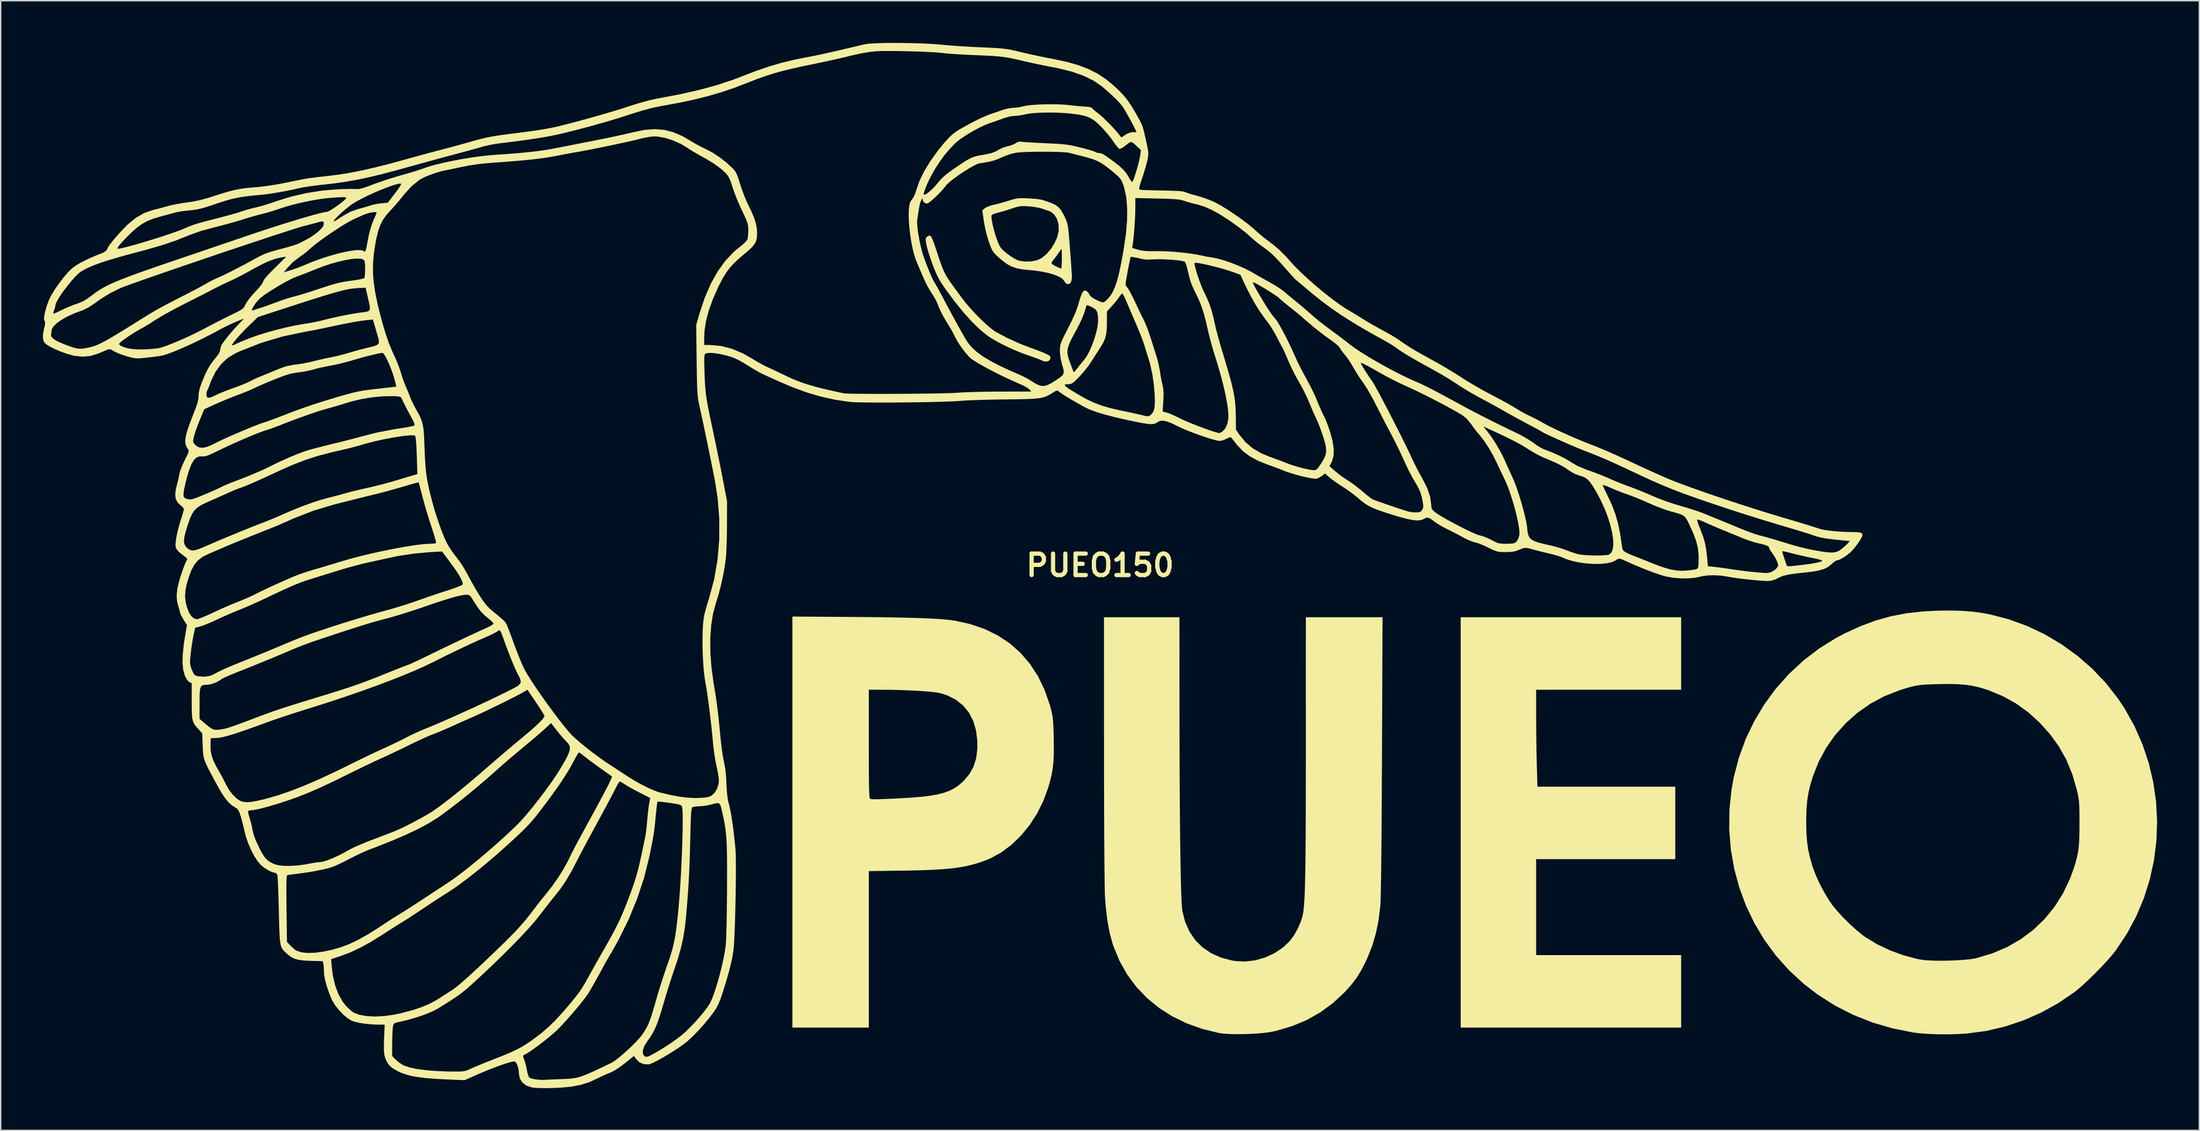
<source format=kicad_pcb>
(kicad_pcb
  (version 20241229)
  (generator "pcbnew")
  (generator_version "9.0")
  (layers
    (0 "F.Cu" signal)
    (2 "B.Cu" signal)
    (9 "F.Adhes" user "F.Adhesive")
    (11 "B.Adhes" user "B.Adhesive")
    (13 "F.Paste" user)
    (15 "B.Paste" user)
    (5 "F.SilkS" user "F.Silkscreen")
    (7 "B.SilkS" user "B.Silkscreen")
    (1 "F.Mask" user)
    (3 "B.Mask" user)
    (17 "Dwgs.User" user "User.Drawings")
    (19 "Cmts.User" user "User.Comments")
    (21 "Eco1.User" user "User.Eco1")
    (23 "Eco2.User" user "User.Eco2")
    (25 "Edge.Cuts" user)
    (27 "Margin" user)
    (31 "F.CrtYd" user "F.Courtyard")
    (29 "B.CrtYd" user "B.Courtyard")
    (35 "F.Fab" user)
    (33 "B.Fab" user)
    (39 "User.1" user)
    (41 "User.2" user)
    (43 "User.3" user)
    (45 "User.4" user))
  (footprint "PUEO150"
    (layer "F.Cu")
    (at 75.073 37.123)
    (property "Reference" "PUEO150" (at 0 0 0) (layer "F.SilkS") (effects (font (size 1.524 1.524) (thickness 0.3))))
    (attr board_only exclude_from_pos_files exclude_from_bom)
    (fp_poly (pts (xy 41.266 8.838) (xy 30.967 8.838) (xy 30.967 10.665) (xy 30.969 11.279) (xy 30.975 11.961) (xy 30.984 12.662) (xy 30.995 13.336) (xy 31.009 13.934) (xy 31.013 14.109) (xy 31.059 15.727) (xy 40.849 15.727) (xy 40.849 20.877) (xy 30.967 20.877) (xy 30.967 27.696) (xy 41.266 27.696) (xy 41.266 32.846) (xy 25.609 32.846) (xy 25.609 3.688) (xy 41.266 3.688)) (stroke (width 0) (type solid)) (fill yes) (layer "F.SilkS"))
    (fp_poly (pts (xy -12.044 -23.406) (xy -11.971 -23.311) (xy -11.888 -23.136) (xy -11.787 -22.868) (xy -11.659 -22.494) (xy -11.516 -22.06) (xy -11.346 -21.552) (xy -11.197 -21.15) (xy -11.055 -20.822) (xy -10.906 -20.54) (xy -10.737 -20.272) (xy -10.594 -20.07) (xy -10.446 -19.867) (xy -10.245 -19.591) (xy -10.019 -19.28) (xy -9.835 -19.026) (xy -9.543 -18.65) (xy -9.197 -18.246) (xy -8.819 -17.838) (xy -8.432 -17.448) (xy -8.057 -17.098) (xy -7.718 -16.811) (xy -7.437 -16.61) (xy -7.404 -16.59) (xy -6.572 -16.146) (xy -5.665 -15.737) (xy -4.906 -15.447) (xy -4.388 -15.259) (xy -3.986 -15.098) (xy -3.705 -14.967) (xy -3.551 -14.868) (xy -3.527 -14.841) (xy -3.525 -14.741) (xy -3.555 -14.631) (xy -3.667 -14.51) (xy -3.856 -14.477) (xy -4.091 -14.534) (xy -4.175 -14.575) (xy -4.31 -14.634) (xy -4.543 -14.724) (xy -4.84 -14.83) (xy -5.115 -14.924) (xy -5.625 -15.11) (xy -6.171 -15.339) (xy -6.721 -15.594) (xy -7.238 -15.859) (xy -7.688 -16.115) (xy -8.014 -16.331) (xy -8.539 -16.763) (xy -9.105 -17.316) (xy -9.702 -17.979) (xy -10.322 -18.744) (xy -10.958 -19.6) (xy -11.05 -19.731) (xy -11.279 -20.071) (xy -11.464 -20.384) (xy -11.626 -20.714) (xy -11.79 -21.106) (xy -11.902 -21.401) (xy -12.04 -21.787) (xy -12.165 -22.169) (xy -12.266 -22.507) (xy -12.331 -22.765) (xy -12.34 -22.815) (xy -12.379 -23.058) (xy -12.385 -23.204) (xy -12.354 -23.29) (xy -12.283 -23.355) (xy -12.192 -23.415) (xy -12.115 -23.436)) (stroke (width 0) (type solid)) (fill yes) (layer "F.SilkS"))
    (fp_poly (pts (xy -17.797 3.666) (xy -16.55 3.676) (xy -15.435 3.689) (xy -14.444 3.705) (xy -13.57 3.725) (xy -12.805 3.747) (xy -12.143 3.774) (xy -11.576 3.804) (xy -11.096 3.839) (xy -10.696 3.878) (xy -10.368 3.922) (xy -10.332 3.928) (xy -9.217 4.174) (xy -8.189 4.528) (xy -7.25 4.989) (xy -6.401 5.555) (xy -5.645 6.225) (xy -4.982 6.997) (xy -4.413 7.871) (xy -3.942 8.845) (xy -3.568 9.918) (xy -3.507 10.135) (xy -3.444 10.383) (xy -3.396 10.61) (xy -3.361 10.845) (xy -3.335 11.113) (xy -3.316 11.442) (xy -3.302 11.86) (xy -3.29 12.317) (xy -3.281 12.995) (xy -3.29 13.566) (xy -3.32 14.063) (xy -3.375 14.516) (xy -3.459 14.959) (xy -3.575 15.422) (xy -3.695 15.832) (xy -4.04 16.766) (xy -4.482 17.648) (xy -5.01 18.464) (xy -5.614 19.201) (xy -6.281 19.847) (xy -7 20.387) (xy -7.76 20.809) (xy -8.078 20.944) (xy -8.527 21.106) (xy -8.976 21.243) (xy -9.441 21.358) (xy -9.94 21.451) (xy -10.488 21.527) (xy -11.103 21.585) (xy -11.8 21.63) (xy -12.597 21.662) (xy -13.51 21.685) (xy -13.9 21.691) (xy -16.423 21.728) (xy -16.423 32.846) (xy -21.851 32.846) (xy -21.851 8.838) (xy -16.423 8.838) (xy -16.423 12.694) (xy -16.422 13.562) (xy -16.42 14.299) (xy -16.417 14.915) (xy -16.411 15.418) (xy -16.404 15.819) (xy -16.394 16.125) (xy -16.382 16.346) (xy -16.367 16.49) (xy -16.35 16.567) (xy -16.336 16.586) (xy -16.273 16.604) (xy -16.18 16.617) (xy -16.04 16.622) (xy -15.836 16.621) (xy -15.553 16.613) (xy -15.172 16.598) (xy -14.678 16.576) (xy -14.37 16.561) (xy -13.501 16.512) (xy -12.757 16.452) (xy -12.121 16.378) (xy -11.581 16.285) (xy -11.121 16.17) (xy -10.726 16.029) (xy -10.381 15.857) (xy -10.072 15.651) (xy -9.785 15.407) (xy -9.678 15.304) (xy -9.274 14.823) (xy -8.982 14.295) (xy -8.798 13.705) (xy -8.716 13.037) (xy -8.717 12.491) (xy -8.81 11.728) (xy -9.01 11.05) (xy -9.317 10.459) (xy -9.727 9.958) (xy -10.237 9.552) (xy -10.847 9.242) (xy -11.34 9.082) (xy -11.587 9.036) (xy -11.952 8.992) (xy -12.415 8.951) (xy -12.955 8.915) (xy -13.553 8.885) (xy -14.187 8.861) (xy -14.837 8.846) (xy -15.431 8.84) (xy -16.423 8.838) (xy -21.851 8.838) (xy -21.851 3.638)) (stroke (width 0) (type solid)) (fill yes) (layer "F.SilkS"))
    (fp_poly (pts (xy 5.64 10.804) (xy 5.642 12.416) (xy 5.647 13.95) (xy 5.653 15.401) (xy 5.661 16.764) (xy 5.672 18.035) (xy 5.684 19.208) (xy 5.698 20.28) (xy 5.714 21.245) (xy 5.731 22.1) (xy 5.75 22.838) (xy 5.771 23.457) (xy 5.793 23.951) (xy 5.817 24.315) (xy 5.842 24.545) (xy 5.844 24.559) (xy 6.042 25.335) (xy 6.349 26.028) (xy 6.762 26.632) (xy 7.274 27.143) (xy 7.883 27.557) (xy 8.584 27.871) (xy 9.373 28.08) (xy 9.603 28.118) (xy 10.305 28.154) (xy 11.021 28.065) (xy 11.724 27.863) (xy 12.388 27.557) (xy 12.987 27.156) (xy 13.467 26.701) (xy 13.765 26.3) (xy 14.038 25.815) (xy 14.259 25.302) (xy 14.369 24.951) (xy 14.402 24.803) (xy 14.432 24.626) (xy 14.459 24.412) (xy 14.483 24.156) (xy 14.505 23.85) (xy 14.524 23.489) (xy 14.541 23.065) (xy 14.556 22.571) (xy 14.568 22.003) (xy 14.579 21.352) (xy 14.588 20.612) (xy 14.596 19.777) (xy 14.601 18.84) (xy 14.606 17.794) (xy 14.609 16.633) (xy 14.611 15.351) (xy 14.612 13.941) (xy 14.613 12.926) (xy 14.614 3.688) (xy 20.06 3.688) (xy 20.02 13.518) (xy 20.013 15.005) (xy 20.006 16.396) (xy 19.998 17.688) (xy 19.989 18.875) (xy 19.98 19.954) (xy 19.971 20.921) (xy 19.961 21.773) (xy 19.95 22.506) (xy 19.939 23.115) (xy 19.928 23.597) (xy 19.917 23.949) (xy 19.905 24.165) (xy 19.904 24.182) (xy 19.776 25.219) (xy 19.584 26.163) (xy 19.321 27.05) (xy 18.975 27.916) (xy 18.863 28.158) (xy 18.549 28.771) (xy 18.228 29.295) (xy 17.867 29.776) (xy 17.434 30.262) (xy 17.368 30.331) (xy 16.533 31.107) (xy 15.643 31.762) (xy 14.687 32.304) (xy 13.653 32.737) (xy 12.531 33.069) (xy 12.253 33.132) (xy 11.87 33.197) (xy 11.394 33.248) (xy 10.857 33.286) (xy 10.293 33.308) (xy 9.736 33.315) (xy 9.219 33.305) (xy 8.775 33.277) (xy 8.455 33.235) (xy 7.26 32.942) (xy 6.145 32.542) (xy 5.114 32.039) (xy 4.172 31.437) (xy 3.323 30.739) (xy 2.572 29.95) (xy 1.923 29.073) (xy 1.382 28.111) (xy 0.951 27.069) (xy 0.9 26.915) (xy 0.684 26.133) (xy 0.519 25.254) (xy 0.402 24.265) (xy 0.349 23.523) (xy 0.34 23.303) (xy 0.332 22.953) (xy 0.325 22.483) (xy 0.317 21.902) (xy 0.31 21.22) (xy 0.304 20.446) (xy 0.298 19.59) (xy 0.293 18.662) (xy 0.289 17.67) (xy 0.285 16.625) (xy 0.283 15.535) (xy 0.281 14.411) (xy 0.28 13.261) (xy 0.28 12.996) (xy 0.278 3.688) (xy 5.637 3.688)) (stroke (width 0) (type solid)) (fill yes) (layer "F.SilkS"))
    (fp_poly (pts (xy -5.212 -26.083) (xy -5.064 -26.075) (xy -4.687 -26.052) (xy -4.403 -26.024) (xy -4.165 -25.981) (xy -3.925 -25.913) (xy -3.637 -25.812) (xy -3.486 -25.755) (xy -3.195 -25.626) (xy -2.973 -25.47) (xy -2.787 -25.256) (xy -2.607 -24.953) (xy -2.532 -24.805) (xy -2.412 -24.544) (xy -2.331 -24.309) (xy -2.277 -24.05) (xy -2.237 -23.717) (xy -2.226 -23.586) (xy -2.179 -23.026) (xy -2.135 -22.471) (xy -2.095 -21.94) (xy -2.06 -21.455) (xy -2.032 -21.036) (xy -2.013 -20.703) (xy -2.003 -20.476) (xy -2.003 -20.402) (xy -2.046 -20.162) (xy -2.15 -20.015) (xy -2.295 -19.979) (xy -2.408 -20.025) (xy -2.497 -20.123) (xy -2.57 -20.239) (xy -2.718 -20.395) (xy -2.986 -20.544) (xy -3.351 -20.683) (xy -3.795 -20.803) (xy -4.298 -20.9) (xy -4.837 -20.967) (xy -4.976 -20.978) (xy -5.504 -21.03) (xy -5.93 -21.111) (xy -6.293 -21.236) (xy -6.629 -21.422) (xy -6.671 -21.454) (xy -3.445 -21.454) (xy -3.424 -21.42) (xy -3.319 -21.347) (xy -3.143 -21.251) (xy -2.952 -21.159) (xy -2.803 -21.1) (xy -2.766 -21.091) (xy -2.744 -21.153) (xy -2.727 -21.326) (xy -2.716 -21.579) (xy -2.714 -21.781) (xy -2.717 -22.073) (xy -2.724 -22.305) (xy -2.735 -22.447) (xy -2.743 -22.477) (xy -2.794 -22.424) (xy -2.887 -22.289) (xy -2.931 -22.22) (xy -3.088 -21.992) (xy -3.266 -21.763) (xy -3.295 -21.729) (xy -3.422 -21.561) (xy -3.445 -21.454) (xy -6.671 -21.454) (xy -6.976 -21.684) (xy -7.271 -21.945) (xy -7.454 -22.122) (xy -7.587 -22.281) (xy -7.692 -22.46) (xy -7.794 -22.7) (xy -7.903 -22.999) (xy -8.032 -23.422) (xy -8.151 -23.904) (xy -8.24 -24.367) (xy -8.254 -24.459) (xy -8.291 -24.72) (xy -7.712 -24.72) (xy -7.682 -24.465) (xy -7.616 -24.141) (xy -7.524 -23.78) (xy -7.414 -23.413) (xy -7.294 -23.07) (xy -7.174 -22.782) (xy -7.062 -22.579) (xy -7.053 -22.566) (xy -6.875 -22.377) (xy -6.62 -22.162) (xy -6.329 -21.952) (xy -6.044 -21.776) (xy -5.808 -21.665) (xy -5.776 -21.655) (xy -5.364 -21.588) (xy -4.907 -21.596) (xy -4.474 -21.677) (xy -4.473 -21.678) (xy -4.141 -21.839) (xy -3.812 -22.11) (xy -3.508 -22.461) (xy -3.249 -22.864) (xy -3.055 -23.291) (xy -2.948 -23.711) (xy -2.937 -23.809) (xy -2.953 -24.236) (xy -3.06 -24.613) (xy -3.246 -24.917) (xy -3.499 -25.126) (xy -3.64 -25.185) (xy -3.854 -25.254) (xy -4.1 -25.34) (xy -4.15 -25.358) (xy -4.355 -25.412) (xy -4.646 -25.464) (xy -4.967 -25.502) (xy -5.055 -25.51) (xy -5.362 -25.528) (xy -5.596 -25.525) (xy -5.812 -25.492) (xy -6.063 -25.422) (xy -6.298 -25.345) (xy -6.625 -25.239) (xy -6.953 -25.14) (xy -7.224 -25.067) (xy -7.295 -25.05) (xy -7.507 -24.988) (xy -7.656 -24.919) (xy -7.699 -24.878) (xy -7.712 -24.72) (xy -8.291 -24.72) (xy -8.363 -25.222) (xy -8.186 -25.375) (xy -8.017 -25.474) (xy -7.775 -25.564) (xy -7.605 -25.607) (xy -7.357 -25.664) (xy -7.031 -25.751) (xy -6.682 -25.853) (xy -6.525 -25.901) (xy -6.218 -25.996) (xy -5.981 -26.056) (xy -5.766 -26.086) (xy -5.525 -26.093)) (stroke (width 0) (type solid)) (fill yes) (layer "F.SilkS"))
    (fp_poly (pts (xy 61.207 3.232) (xy 61.936 3.288) (xy 62.629 3.38) (xy 63.187 3.483) (xy 64.531 3.831) (xy 65.837 4.308) (xy 67.096 4.907) (xy 68.295 5.62) (xy 69.425 6.44) (xy 70.475 7.359) (xy 71.434 8.371) (xy 72.291 9.467) (xy 72.767 10.184) (xy 73.462 11.434) (xy 74.032 12.731) (xy 74.477 14.065) (xy 74.797 15.427) (xy 74.994 16.807) (xy 75.067 18.196) (xy 75.016 19.583) (xy 74.843 20.96) (xy 74.547 22.316) (xy 74.13 23.642) (xy 73.59 24.928) (xy 72.929 26.164) (xy 72.147 27.341) (xy 72.107 27.395) (xy 71.831 27.74) (xy 71.472 28.147) (xy 71.058 28.59) (xy 70.613 29.042) (xy 70.164 29.479) (xy 69.737 29.873) (xy 69.357 30.199) (xy 69.187 30.333) (xy 68.054 31.105) (xy 66.847 31.773) (xy 65.584 32.329) (xy 64.281 32.767) (xy 62.957 33.08) (xy 61.629 33.261) (xy 61.596 33.264) (xy 60.912 33.306) (xy 60.189 33.325) (xy 59.463 33.32) (xy 58.773 33.294) (xy 58.154 33.246) (xy 57.759 33.197) (xy 56.268 32.9) (xy 54.84 32.48) (xy 53.477 31.939) (xy 52.183 31.278) (xy 50.958 30.496) (xy 49.956 29.724) (xy 48.924 28.77) (xy 47.996 27.73) (xy 47.176 26.612) (xy 46.466 25.426) (xy 45.87 24.179) (xy 45.39 22.882) (xy 45.03 21.543) (xy 44.792 20.17) (xy 44.679 18.773) (xy 44.685 18.232) (xy 50.146 18.232) (xy 50.16 18.96) (xy 50.204 19.592) (xy 50.284 20.171) (xy 50.407 20.738) (xy 50.578 21.335) (xy 50.632 21.503) (xy 50.834 22.033) (xy 51.103 22.618) (xy 51.413 23.208) (xy 51.739 23.754) (xy 52.013 24.152) (xy 52.367 24.585) (xy 52.799 25.052) (xy 53.272 25.518) (xy 53.753 25.95) (xy 54.205 26.313) (xy 54.369 26.43) (xy 55.177 26.921) (xy 56.079 27.35) (xy 57.037 27.703) (xy 58.013 27.963) (xy 58.246 28.011) (xy 58.593 28.056) (xy 59.045 28.084) (xy 59.569 28.096) (xy 60.132 28.092) (xy 60.7 28.073) (xy 61.241 28.041) (xy 61.722 27.995) (xy 62.108 27.938) (xy 62.213 27.915) (xy 63.349 27.578) (xy 64.409 27.126) (xy 65.387 26.565) (xy 66.278 25.898) (xy 67.077 25.13) (xy 67.781 24.266) (xy 68.383 23.309) (xy 68.881 22.264) (xy 69.159 21.498) (xy 69.282 21.097) (xy 69.377 20.74) (xy 69.447 20.399) (xy 69.496 20.045) (xy 69.528 19.65) (xy 69.546 19.186) (xy 69.553 18.626) (xy 69.553 18.302) (xy 69.552 17.781) (xy 69.547 17.373) (xy 69.537 17.051) (xy 69.518 16.787) (xy 69.49 16.556) (xy 69.45 16.33) (xy 69.396 16.082) (xy 69.366 15.955) (xy 69.041 14.837) (xy 68.616 13.808) (xy 68.083 12.856) (xy 67.435 11.964) (xy 66.708 11.162) (xy 65.895 10.426) (xy 65.046 9.813) (xy 64.135 9.306) (xy 63.137 8.891) (xy 62.884 8.804) (xy 62.405 8.662) (xy 61.926 8.556) (xy 61.419 8.484) (xy 60.856 8.443) (xy 60.209 8.429) (xy 59.484 8.44) (xy 58.972 8.456) (xy 58.565 8.476) (xy 58.227 8.507) (xy 57.922 8.554) (xy 57.617 8.623) (xy 57.275 8.72) (xy 56.861 8.85) (xy 56.75 8.886) (xy 55.696 9.3) (xy 54.706 9.832) (xy 53.789 10.474) (xy 52.954 11.216) (xy 52.211 12.049) (xy 51.567 12.964) (xy 51.034 13.952) (xy 50.634 14.962) (xy 50.448 15.571) (xy 50.312 16.136) (xy 50.221 16.698) (xy 50.168 17.301) (xy 50.147 17.984) (xy 50.146 18.232) (xy 44.685 18.232) (xy 44.695 17.361) (xy 44.842 15.942) (xy 44.999 15.071) (xy 45.36 13.685) (xy 45.845 12.354) (xy 46.45 11.084) (xy 47.168 9.883) (xy 47.995 8.757) (xy 48.924 7.715) (xy 49.95 6.762) (xy 51.067 5.908) (xy 52.27 5.158) (xy 52.922 4.814) (xy 54.021 4.313) (xy 55.095 3.915) (xy 56.174 3.614) (xy 57.288 3.402) (xy 58.469 3.271) (xy 59.509 3.22) (xy 60.409 3.21)) (stroke (width 0) (type solid)) (fill yes) (layer "F.SilkS"))
    (fp_poly (pts (xy -13.947 -37.118) (xy -13.338 -37.107) (xy -12.743 -37.089) (xy -12.183 -37.064) (xy -11.68 -37.033) (xy -11.273 -36.997) (xy -10.88 -36.961) (xy -10.384 -36.922) (xy -9.826 -36.884) (xy -9.242 -36.849) (xy -8.67 -36.82) (xy -8.462 -36.811) (xy -7.915 -36.787) (xy -7.479 -36.765) (xy -7.127 -36.741) (xy -6.829 -36.711) (xy -6.558 -36.673) (xy -6.286 -36.623) (xy -5.984 -36.557) (xy -5.626 -36.472) (xy -5.574 -36.46) (xy -5.071 -36.343) (xy -4.5 -36.217) (xy -3.922 -36.097) (xy -3.402 -35.994) (xy -3.286 -35.972) (xy -2.356 -35.775) (xy -1.542 -35.542) (xy -0.822 -35.267) (xy -0.177 -34.938) (xy 0.415 -34.547) (xy 0.931 -34.125) (xy 1.33 -33.754) (xy 1.654 -33.417) (xy 1.933 -33.074) (xy 2.198 -32.689) (xy 2.479 -32.224) (xy 2.561 -32.08) (xy 2.731 -31.779) (xy 2.856 -31.546) (xy 2.95 -31.349) (xy 3.024 -31.156) (xy 3.09 -30.933) (xy 3.159 -30.649) (xy 3.245 -30.27) (xy 3.271 -30.152) (xy 3.351 -29.788) (xy 3.401 -29.525) (xy 3.424 -29.327) (xy 3.423 -29.159) (xy 3.4 -28.986) (xy 3.368 -28.82) (xy 3.305 -28.56) (xy 3.21 -28.218) (xy 3.096 -27.84) (xy 2.997 -27.537) (xy 2.884 -27.198) (xy 2.812 -26.968) (xy 2.778 -26.825) (xy 2.779 -26.746) (xy 2.811 -26.709) (xy 2.872 -26.691) (xy 2.875 -26.69) (xy 2.989 -26.679) (xy 3.219 -26.667) (xy 3.54 -26.656) (xy 3.93 -26.646) (xy 4.364 -26.637) (xy 4.454 -26.636) (xy 5.033 -26.623) (xy 5.477 -26.604) (xy 5.793 -26.579) (xy 5.984 -26.547) (xy 6.035 -26.528) (xy 6.168 -26.473) (xy 6.398 -26.399) (xy 6.687 -26.316) (xy 6.87 -26.268) (xy 7.26 -26.151) (xy 7.692 -25.995) (xy 8.087 -25.83) (xy 8.177 -25.787) (xy 8.557 -25.581) (xy 9.005 -25.308) (xy 9.488 -24.991) (xy 9.972 -24.653) (xy 10.423 -24.317) (xy 10.809 -24.006) (xy 11.025 -23.814) (xy 11.286 -23.578) (xy 11.57 -23.339) (xy 11.82 -23.147) (xy 11.83 -23.139) (xy 12.331 -22.761) (xy 12.773 -22.377) (xy 13.201 -21.946) (xy 13.553 -21.551) (xy 13.907 -21.168) (xy 14.346 -20.737) (xy 14.846 -20.277) (xy 15.384 -19.81) (xy 15.935 -19.354) (xy 16.476 -18.93) (xy 16.983 -18.557) (xy 17.431 -18.256) (xy 17.641 -18.13) (xy 17.853 -18.006) (xy 18.137 -17.834) (xy 18.448 -17.642) (xy 18.615 -17.537) (xy 18.94 -17.338) (xy 19.334 -17.108) (xy 19.743 -16.878) (xy 20.042 -16.715) (xy 20.382 -16.529) (xy 20.714 -16.339) (xy 20.997 -16.168) (xy 21.19 -16.042) (xy 21.504 -15.821) (xy 21.792 -15.628) (xy 22.081 -15.444) (xy 22.4 -15.253) (xy 22.775 -15.04) (xy 23.234 -14.786) (xy 23.486 -14.648) (xy 23.947 -14.391) (xy 24.441 -14.106) (xy 24.925 -13.817) (xy 25.36 -13.547) (xy 25.644 -13.364) (xy 26.013 -13.128) (xy 26.466 -12.856) (xy 26.96 -12.571) (xy 27.452 -12.299) (xy 27.794 -12.118) (xy 28.215 -11.897) (xy 28.63 -11.674) (xy 29.009 -11.464) (xy 29.322 -11.285) (xy 29.534 -11.155) (xy 29.839 -10.969) (xy 30.174 -10.784) (xy 30.468 -10.638) (xy 30.48 -10.633) (xy 30.769 -10.494) (xy 31.107 -10.318) (xy 31.426 -10.141) (xy 31.454 -10.125) (xy 31.793 -9.941) (xy 32.235 -9.721) (xy 32.753 -9.477) (xy 33.322 -9.222) (xy 33.913 -8.967) (xy 34.499 -8.725) (xy 35.054 -8.508) (xy 35.073 -8.501) (xy 35.416 -8.365) (xy 35.852 -8.182) (xy 36.346 -7.967) (xy 36.865 -7.735) (xy 37.377 -7.5) (xy 37.578 -7.406) (xy 38.1 -7.162) (xy 38.662 -6.903) (xy 39.228 -6.646) (xy 39.758 -6.409) (xy 40.212 -6.21) (xy 40.327 -6.16) (xy 40.791 -5.971) (xy 41.372 -5.749) (xy 42.051 -5.501) (xy 42.811 -5.232) (xy 43.634 -4.948) (xy 44.503 -4.655) (xy 45.4 -4.36) (xy 46.308 -4.068) (xy 47.208 -3.785) (xy 48.083 -3.517) (xy 48.663 -3.344) (xy 49.197 -3.186) (xy 49.698 -3.036) (xy 50.148 -2.899) (xy 50.528 -2.782) (xy 50.82 -2.69) (xy 51.006 -2.628) (xy 51.053 -2.61) (xy 51.254 -2.553) (xy 51.564 -2.498) (xy 51.95 -2.449) (xy 52.383 -2.408) (xy 52.831 -2.38) (xy 53.262 -2.367) (xy 53.352 -2.366) (xy 53.7 -2.36) (xy 53.931 -2.339) (xy 54.067 -2.297) (xy 54.129 -2.228) (xy 54.14 -2.158) (xy 54.097 -2.016) (xy 53.98 -1.803) (xy 53.812 -1.551) (xy 53.615 -1.29) (xy 53.411 -1.052) (xy 53.278 -0.919) (xy 53.036 -0.72) (xy 52.774 -0.545) (xy 52.531 -0.414) (xy 52.343 -0.351) (xy 52.31 -0.348) (xy 52.21 -0.302) (xy 52.055 -0.184) (xy 51.936 -0.076) (xy 51.706 0.11) (xy 51.426 0.253) (xy 51.072 0.362) (xy 50.62 0.444) (xy 50.243 0.489) (xy 49.694 0.547) (xy 49.262 0.6) (xy 48.923 0.652) (xy 48.655 0.709) (xy 48.436 0.774) (xy 48.244 0.854) (xy 48.055 0.953) (xy 48.018 0.974) (xy 47.7 1.087) (xy 47.426 1.113) (xy 47.135 1.102) (xy 46.746 1.074) (xy 46.296 1.033) (xy 45.823 0.983) (xy 45.365 0.928) (xy 44.959 0.872) (xy 44.643 0.819) (xy 44.572 0.805) (xy 44.117 0.733) (xy 43.632 0.703) (xy 43.166 0.715) (xy 42.765 0.769) (xy 42.623 0.805) (xy 42.236 0.886) (xy 41.76 0.926) (xy 41.237 0.924) (xy 40.711 0.882) (xy 40.226 0.8) (xy 40.118 0.774) (xy 39.773 0.671) (xy 39.336 0.519) (xy 38.837 0.332) (xy 38.311 0.121) (xy 37.787 -0.101) (xy 37.316 -0.315) (xy 37.076 -0.423) (xy 36.918 -0.472) (xy 36.799 -0.463) (xy 36.677 -0.399) (xy 36.601 -0.346) (xy 36.337 -0.223) (xy 35.968 -0.143) (xy 35.52 -0.103) (xy 35.022 -0.103) (xy 34.499 -0.14) (xy 33.979 -0.214) (xy 33.489 -0.322) (xy 33.056 -0.463) (xy 32.845 -0.558) (xy 32.678 -0.623) (xy 32.414 -0.706) (xy 32.09 -0.794) (xy 31.801 -0.863) (xy 31.448 -0.946) (xy 31.11 -1.03) (xy 30.831 -1.104) (xy 30.679 -1.149) (xy 30.401 -1.226) (xy 30.187 -1.243) (xy 29.975 -1.195) (xy 29.741 -1.099) (xy 29.507 -1.012) (xy 29.252 -0.963) (xy 28.925 -0.943) (xy 28.81 -0.942) (xy 28.537 -0.944) (xy 28.329 -0.961) (xy 28.143 -1.004) (xy 27.935 -1.085) (xy 27.661 -1.215) (xy 27.557 -1.266) (xy 27.249 -1.409) (xy 26.955 -1.529) (xy 26.717 -1.611) (xy 26.615 -1.635) (xy 26.424 -1.689) (xy 26.162 -1.796) (xy 25.875 -1.936) (xy 25.78 -1.989) (xy 25.437 -2.175) (xy 25.046 -2.378) (xy 24.684 -2.558) (xy 24.644 -2.577) (xy 24.331 -2.739) (xy 24.019 -2.922) (xy 23.763 -3.093) (xy 23.713 -3.132) (xy 23.472 -3.308) (xy 23.295 -3.39) (xy 23.149 -3.385) (xy 23.003 -3.303) (xy 22.824 -3.22) (xy 22.572 -3.19) (xy 22.235 -3.216) (xy 21.803 -3.299) (xy 21.265 -3.44) (xy 20.76 -3.593) (xy 20.218 -3.767) (xy 19.787 -3.915) (xy 19.443 -4.049) (xy 19.161 -4.179) (xy 18.918 -4.318) (xy 18.691 -4.477) (xy 18.455 -4.668) (xy 18.33 -4.775) (xy 18.019 -5.029) (xy 17.658 -5.298) (xy 17.313 -5.532) (xy 17.238 -5.579) (xy 16.936 -5.773) (xy 16.632 -5.985) (xy 16.379 -6.176) (xy 16.317 -6.227) (xy 15.967 -6.525) (xy 15.762 -6.361) (xy 15.572 -6.239) (xy 15.386 -6.16) (xy 15.372 -6.157) (xy 15.221 -6.158) (xy 14.968 -6.195) (xy 14.643 -6.26) (xy 14.274 -6.347) (xy 13.893 -6.448) (xy 13.529 -6.556) (xy 13.212 -6.663) (xy 13.055 -6.724) (xy 12.798 -6.828) (xy 12.464 -6.955) (xy 12.107 -7.085) (xy 11.935 -7.145) (xy 11.231 -7.425) (xy 10.643 -7.743) (xy 10.151 -8.112) (xy 9.734 -8.548) (xy 9.611 -8.705) (xy 9.458 -8.904) (xy 9.334 -9.05) (xy 9.265 -9.115) (xy 9.261 -9.116) (xy 9.176 -9.087) (xy 9.016 -9.014) (xy 8.942 -8.977) (xy 8.732 -8.889) (xy 8.544 -8.841) (xy 8.503 -8.838) (xy 8.328 -8.863) (xy 8.052 -8.934) (xy 7.699 -9.04) (xy 7.298 -9.172) (xy 6.873 -9.322) (xy 6.452 -9.48) (xy 6.06 -9.637) (xy 5.723 -9.784) (xy 5.532 -9.877) (xy 5.091 -10.092) (xy 4.743 -10.226) (xy 4.469 -10.283) (xy 4.253 -10.265) (xy 4.077 -10.177) (xy 4.066 -10.169) (xy 3.963 -10.1) (xy 3.844 -10.055) (xy 3.693 -10.034) (xy 3.492 -10.04) (xy 3.222 -10.073) (xy 2.868 -10.135) (xy 2.41 -10.227) (xy 1.926 -10.33) (xy 1.063 -10.527) (xy 0.332 -10.717) (xy -0.275 -10.902) (xy -0.765 -11.084) (xy -1.145 -11.266) (xy -1.148 -11.268) (xy -1.622 -11.535) (xy -2.046 -11.782) (xy -2.405 -11.998) (xy -2.681 -12.173) (xy -2.858 -12.296) (xy -2.897 -12.328) (xy -2.985 -12.401) (xy -3.062 -12.421) (xy -3.17 -12.38) (xy -3.348 -12.272) (xy -3.384 -12.249) (xy -3.562 -12.14) (xy -3.73 -12.05) (xy -3.902 -11.978) (xy -4.095 -11.922) (xy -4.326 -11.88) (xy -4.611 -11.849) (xy -4.967 -11.826) (xy -5.409 -11.811) (xy -5.954 -11.8) (xy -6.619 -11.792) (xy -6.772 -11.79) (xy -7.367 -11.782) (xy -7.951 -11.77) (xy -8.499 -11.756) (xy -8.99 -11.739) (xy -9.399 -11.722) (xy -9.704 -11.704) (xy -9.816 -11.694) (xy -10.098 -11.672) (xy -10.494 -11.652) (xy -10.986 -11.633) (xy -11.554 -11.617) (xy -12.182 -11.602) (xy -12.852 -11.59) (xy -13.545 -11.581) (xy -14.243 -11.574) (xy -14.929 -11.569) (xy -15.584 -11.568) (xy -16.19 -11.57) (xy -16.73 -11.576) (xy -17.185 -11.585) (xy -17.537 -11.597) (xy -17.769 -11.614) (xy -17.772 -11.614) (xy -18.807 -11.767) (xy -19.813 -11.988) (xy -20.822 -12.284) (xy -21.864 -12.667) (xy -22.851 -13.088) (xy -23.187 -13.24) (xy -23.509 -13.386) (xy -23.778 -13.508) (xy -23.939 -13.58) (xy -24.126 -13.676) (xy -24.392 -13.824) (xy -24.698 -14.005) (xy -24.957 -14.164) (xy -25.35 -14.405) (xy -25.666 -14.583) (xy -25.941 -14.715) (xy -26.214 -14.817) (xy -26.522 -14.907) (xy -26.757 -14.966) (xy -27.175 -15.05) (xy -27.543 -15.092) (xy -27.835 -15.091) (xy -28.025 -15.044) (xy -28.037 -15.037) (xy -28.072 -14.993) (xy -28.095 -14.901) (xy -28.108 -14.742) (xy -28.111 -14.499) (xy -28.105 -14.154) (xy -28.091 -13.688) (xy -28.09 -13.664) (xy -28.074 -13.244) (xy -28.056 -12.881) (xy -28.032 -12.55) (xy -28 -12.231) (xy -27.955 -11.901) (xy -27.895 -11.537) (xy -27.817 -11.119) (xy -27.716 -10.624) (xy -27.591 -10.03) (xy -27.493 -9.572) (xy -27.366 -8.97) (xy -27.224 -8.285) (xy -27.078 -7.572) (xy -26.94 -6.882) (xy -26.82 -6.271) (xy -26.813 -6.231) (xy -26.49 -4.558) (xy -26.495 -2.888) (xy -26.499 -2.367) (xy -26.51 -1.843) (xy -26.526 -1.35) (xy -26.545 -0.919) (xy -26.568 -0.583) (xy -26.577 -0.48) (xy -26.659 0.115) (xy -26.782 0.781) (xy -26.935 1.465) (xy -27.105 2.116) (xy -27.281 2.678) (xy -27.484 3.418) (xy -27.618 4.262) (xy -27.682 5.194) (xy -27.675 6.197) (xy -27.597 7.253) (xy -27.448 8.348) (xy -27.418 8.525) (xy -27.297 9.26) (xy -27.188 10.042) (xy -27.088 10.899) (xy -26.992 11.859) (xy -26.966 12.143) (xy -26.92 12.595) (xy -26.865 13.045) (xy -26.806 13.454) (xy -26.748 13.788) (xy -26.712 13.953) (xy -26.618 14.447) (xy -26.556 15.067) (xy -26.536 15.484) (xy -26.516 15.869) (xy -26.487 16.232) (xy -26.452 16.536) (xy -26.414 16.745) (xy -26.407 16.771) (xy -26.304 17.174) (xy -26.202 17.695) (xy -26.104 18.311) (xy -26.014 19) (xy -25.933 19.74) (xy -25.89 20.216) (xy -25.876 20.493) (xy -25.866 20.888) (xy -25.863 21.382) (xy -25.863 21.953) (xy -25.869 22.581) (xy -25.878 23.246) (xy -25.891 23.927) (xy -25.907 24.604) (xy -25.925 25.256) (xy -25.946 25.863) (xy -25.969 26.405) (xy -25.994 26.86) (xy -26.02 27.208) (xy -26.03 27.314) (xy -26.1 27.774) (xy -26.216 28.32) (xy -26.381 28.961) (xy -26.599 29.709) (xy -26.801 30.358) (xy -26.955 30.811) (xy -27.1 31.166) (xy -27.252 31.461) (xy -27.415 31.714) (xy -27.732 32.135) (xy -28.108 32.589) (xy -28.512 33.04) (xy -28.911 33.453) (xy -29.273 33.79) (xy -29.327 33.836) (xy -29.599 34.047) (xy -29.935 34.284) (xy -30.313 34.532) (xy -30.708 34.777) (xy -31.097 35.005) (xy -31.455 35.202) (xy -31.759 35.352) (xy -31.984 35.443) (xy -32.054 35.46) (xy -32.403 35.449) (xy -32.716 35.311) (xy -32.957 35.071) (xy -33.103 34.862) (xy -33.755 35.386) (xy -34.135 35.672) (xy -34.481 35.896) (xy -34.763 36.038) (xy -34.792 36.049) (xy -35.047 36.152) (xy -35.36 36.293) (xy -35.669 36.444) (xy -35.699 36.46) (xy -36.273 36.722) (xy -36.856 36.909) (xy -37.495 37.034) (xy -37.996 37.09) (xy -38.486 37.124) (xy -38.984 37.144) (xy -39.458 37.15) (xy -39.878 37.141) (xy -40.21 37.118) (xy -40.362 37.096) (xy -40.744 36.964) (xy -41.031 36.746) (xy -41.21 36.456) (xy -41.27 36.129) (xy -41.301 35.802) (xy -41.379 35.519) (xy -41.49 35.317) (xy -41.555 35.259) (xy -41.665 35.255) (xy -41.884 35.303) (xy -42.196 35.396) (xy -42.583 35.527) (xy -43.028 35.691) (xy -43.513 35.882) (xy -44.021 36.093) (xy -44.398 36.258) (xy -45.128 36.583) (xy -46.442 36.528) (xy -47.224 36.487) (xy -47.884 36.434) (xy -48.441 36.366) (xy -48.911 36.281) (xy -49.313 36.174) (xy -49.664 36.044) (xy -49.841 35.962) (xy -50.175 35.778) (xy -50.402 35.609) (xy -50.551 35.434) (xy -50.552 35.432) (xy -50.682 35.21) (xy -50.773 34.992) (xy -50.805 34.857) (xy -50.278 34.857) (xy -50.007 35.135) (xy -49.783 35.327) (xy -49.526 35.495) (xy -49.414 35.551) (xy -49.015 35.683) (xy -48.49 35.792) (xy -47.852 35.876) (xy -47.113 35.934) (xy -46.286 35.965) (xy -46.068 35.968) (xy -45.686 35.971) (xy -45.411 35.966) (xy -45.209 35.949) (xy -45.047 35.916) (xy -44.892 35.86) (xy -44.712 35.778) (xy -44.676 35.761) (xy -44.463 35.666) (xy -44.151 35.533) (xy -43.77 35.377) (xy -43.351 35.21) (xy -42.971 35.062) (xy -42.473 34.865) (xy -40.975 34.865) (xy -40.957 34.981) (xy -40.876 35.184) (xy -40.876 35.185) (xy -40.802 35.409) (xy -40.735 35.693) (xy -40.706 35.865) (xy -40.656 36.107) (xy -40.589 36.303) (xy -40.538 36.388) (xy -40.401 36.458) (xy -40.165 36.514) (xy -39.871 36.551) (xy -39.56 36.563) (xy -39.387 36.557) (xy -39.225 36.547) (xy -38.959 36.535) (xy -38.627 36.521) (xy -38.262 36.506) (xy -38.239 36.505) (xy -37.918 36.493) (xy -37.645 36.476) (xy -37.4 36.449) (xy -37.167 36.406) (xy -36.926 36.342) (xy -36.66 36.249) (xy -36.35 36.123) (xy -35.978 35.957) (xy -35.525 35.745) (xy -34.974 35.481) (xy -34.687 35.343) (xy -34.487 35.22) (xy -34.218 35.016) (xy -33.904 34.753) (xy -33.572 34.457) (xy -32.471 34.457) (xy -32.462 34.715) (xy -32.432 34.787) (xy -32.313 34.911) (xy -32.142 34.917) (xy -31.989 34.856) (xy -31.521 34.602) (xy -31.023 34.302) (xy -30.528 33.98) (xy -30.069 33.658) (xy -29.679 33.357) (xy -29.465 33.172) (xy -29.123 32.837) (xy -28.773 32.468) (xy -28.437 32.09) (xy -28.135 31.727) (xy -27.888 31.403) (xy -27.717 31.143) (xy -27.687 31.089) (xy -27.532 30.737) (xy -27.366 30.279) (xy -27.196 29.744) (xy -27.031 29.162) (xy -26.879 28.564) (xy -26.749 27.981) (xy -26.647 27.442) (xy -26.583 26.979) (xy -26.581 26.959) (xy -26.565 26.728) (xy -26.55 26.377) (xy -26.536 25.922) (xy -26.522 25.383) (xy -26.511 24.778) (xy -26.502 24.124) (xy -26.495 23.441) (xy -26.492 22.923) (xy -26.49 22.074) (xy -26.49 21.348) (xy -26.494 20.729) (xy -26.504 20.202) (xy -26.519 19.749) (xy -26.542 19.355) (xy -26.573 19.004) (xy -26.612 18.68) (xy -26.662 18.367) (xy -26.722 18.048) (xy -26.795 17.709) (xy -26.823 17.583) (xy -26.898 17.253) (xy -26.963 17.04) (xy -27.043 16.926) (xy -27.163 16.893) (xy -27.351 16.923) (xy -27.632 16.998) (xy -27.659 17.006) (xy -27.965 17.07) (xy -28.293 17.112) (xy -28.459 17.12) (xy -28.693 17.132) (xy -28.88 17.162) (xy -28.949 17.187) (xy -28.979 17.225) (xy -29.005 17.306) (xy -29.026 17.445) (xy -29.044 17.655) (xy -29.06 17.95) (xy -29.074 18.343) (xy -29.088 18.849) (xy -29.102 19.43) (xy -29.126 20.367) (xy -29.154 21.205) (xy -29.188 21.983) (xy -29.23 22.741) (xy -29.283 23.518) (xy -29.349 24.354) (xy -29.399 24.948) (xy -29.487 25.75) (xy -29.611 26.502) (xy -29.781 27.248) (xy -30.007 28.031) (xy -30.26 28.788) (xy -30.395 29.184) (xy -30.553 29.671) (xy -30.72 30.204) (xy -30.883 30.739) (xy -31.004 31.154) (xy -31.186 31.766) (xy -31.348 32.265) (xy -31.501 32.676) (xy -31.655 33.022) (xy -31.821 33.327) (xy -32.007 33.614) (xy -32.121 33.772) (xy -32.357 34.141) (xy -32.471 34.457) (xy -33.572 34.457) (xy -33.57 34.455) (xy -33.239 34.143) (xy -32.937 33.839) (xy -32.688 33.567) (xy -32.536 33.376) (xy -32.357 33.112) (xy -32.206 32.853) (xy -32.071 32.574) (xy -31.942 32.248) (xy -31.81 31.853) (xy -31.664 31.361) (xy -31.563 31.002) (xy -31.417 30.497) (xy -31.242 29.923) (xy -31.055 29.339) (xy -30.876 28.806) (xy -30.821 28.646) (xy -30.635 28.113) (xy -30.485 27.653) (xy -30.364 27.237) (xy -30.266 26.838) (xy -30.185 26.425) (xy -30.115 25.971) (xy -30.05 25.448) (xy -29.984 24.826) (xy -29.954 24.53) (xy -29.902 23.946) (xy -29.852 23.307) (xy -29.807 22.627) (xy -29.765 21.924) (xy -29.729 21.213) (xy -29.698 20.51) (xy -29.673 19.831) (xy -29.654 19.192) (xy -29.643 18.61) (xy -29.64 18.101) (xy -29.644 17.679) (xy -29.658 17.362) (xy -29.682 17.166) (xy -29.686 17.148) (xy -29.717 17.084) (xy -29.788 17.033) (xy -29.922 16.99) (xy -30.143 16.945) (xy -30.473 16.892) (xy -30.559 16.88) (xy -30.884 16.835) (xy -31.156 16.804) (xy -31.347 16.789) (xy -31.43 16.793) (xy -31.43 16.793) (xy -31.449 16.872) (xy -31.476 17.064) (xy -31.509 17.347) (xy -31.545 17.693) (xy -31.565 17.91) (xy -31.601 18.291) (xy -31.636 18.615) (xy -31.674 18.913) (xy -31.72 19.215) (xy -31.779 19.549) (xy -31.856 19.946) (xy -31.955 20.436) (xy -32.01 20.703) (xy -32.381 22.193) (xy -32.877 23.695) (xy -33.492 25.188) (xy -34.215 26.65) (xy -34.668 27.453) (xy -34.836 27.738) (xy -34.982 27.987) (xy -35.087 28.169) (xy -35.135 28.253) (xy -35.429 28.798) (xy -35.704 29.301) (xy -35.95 29.742) (xy -36.158 30.105) (xy -36.317 30.37) (xy -36.371 30.454) (xy -36.569 30.732) (xy -36.841 31.082) (xy -37.165 31.477) (xy -37.517 31.891) (xy -37.873 32.296) (xy -38.211 32.664) (xy -38.507 32.969) (xy -38.595 33.055) (xy -38.855 33.289) (xy -39.172 33.555) (xy -39.521 33.835) (xy -39.877 34.108) (xy -40.215 34.355) (xy -40.509 34.558) (xy -40.734 34.697) (xy -40.803 34.733) (xy -40.926 34.796) (xy -40.975 34.865) (xy -42.473 34.865) (xy -42.364 34.822) (xy -41.862 34.61) (xy -41.44 34.413) (xy -41.07 34.216) (xy -40.725 34.006) (xy -40.379 33.769) (xy -40.327 33.732) (xy -39.71 33.265) (xy -39.169 32.802) (xy -38.657 32.302) (xy -38.13 31.724) (xy -38.082 31.668) (xy -37.694 31.214) (xy -37.382 30.838) (xy -37.128 30.515) (xy -36.915 30.22) (xy -36.723 29.927) (xy -36.536 29.613) (xy -36.334 29.251) (xy -36.322 29.227) (xy -36.135 28.888) (xy -35.902 28.47) (xy -35.645 28.013) (xy -35.388 27.56) (xy -35.238 27.298) (xy -34.879 26.667) (xy -34.581 26.123) (xy -34.328 25.636) (xy -34.106 25.175) (xy -33.9 24.71) (xy -33.696 24.211) (xy -33.478 23.646) (xy -33.468 23.62) (xy -33.246 23.018) (xy -33.068 22.499) (xy -32.919 22.02) (xy -32.788 21.536) (xy -32.661 21.005) (xy -32.527 20.381) (xy -32.522 20.357) (xy -32.449 20.003) (xy -32.38 19.671) (xy -32.324 19.402) (xy -32.29 19.241) (xy -32.262 19.067) (xy -32.228 18.79) (xy -32.191 18.447) (xy -32.156 18.073) (xy -32.152 18.024) (xy -32.116 17.65) (xy -32.077 17.303) (xy -32.039 17.019) (xy -32.006 16.832) (xy -32.002 16.816) (xy -31.963 16.643) (xy -31.951 16.54) (xy -31.954 16.53) (xy -32.022 16.493) (xy -32.187 16.408) (xy -32.423 16.289) (xy -32.634 16.182) (xy -32.955 16.017) (xy -33.273 15.845) (xy -33.539 15.693) (xy -33.643 15.629) (xy -33.845 15.501) (xy -34.006 15.4) (xy -34.074 15.358) (xy -34.145 15.392) (xy -34.254 15.548) (xy -34.393 15.815) (xy -34.486 16.002) (xy -34.636 16.291) (xy -34.832 16.663) (xy -35.064 17.098) (xy -35.321 17.577) (xy -35.593 18.08) (xy -35.714 18.302) (xy -35.997 18.823) (xy -36.277 19.342) (xy -36.541 19.835) (xy -36.778 20.281) (xy -36.976 20.658) (xy -37.123 20.942) (xy -37.16 21.016) (xy -37.562 21.783) (xy -37.95 22.439) (xy -38.339 23.008) (xy -38.646 23.398) (xy -38.851 23.65) (xy -39.111 23.977) (xy -39.398 24.344) (xy -39.683 24.716) (xy -39.792 24.86) (xy -40.137 25.289) (xy -40.581 25.796) (xy -41.114 26.371) (xy -41.727 27.005) (xy -42.41 27.687) (xy -43.153 28.408) (xy -43.948 29.157) (xy -44.341 29.521) (xy -44.678 29.828) (xy -44.972 30.085) (xy -45.246 30.311) (xy -45.526 30.522) (xy -45.834 30.738) (xy -46.196 30.975) (xy -46.636 31.252) (xy -47.022 31.49) (xy -47.397 31.688) (xy -47.877 31.89) (xy -48.429 32.085) (xy -49.02 32.262) (xy -49.616 32.409) (xy -49.773 32.442) (xy -49.998 32.493) (xy -50.123 32.547) (xy -50.185 32.631) (xy -50.216 32.76) (xy -50.234 32.919) (xy -50.25 33.182) (xy -50.262 33.514) (xy -50.269 33.881) (xy -50.27 33.927) (xy -50.278 34.857) (xy -50.805 34.857) (xy -50.83 34.751) (xy -50.858 34.456) (xy -50.862 34.08) (xy -50.847 33.632) (xy -50.804 32.637) (xy -51.237 32.637) (xy -51.705 32.62) (xy -52.173 32.576) (xy -52.604 32.51) (xy -52.959 32.427) (xy -53.14 32.362) (xy -53.437 32.183) (xy -53.758 31.912) (xy -54.072 31.582) (xy -54.346 31.229) (xy -54.547 30.886) (xy -54.56 30.857) (xy -54.754 30.384) (xy -54.916 29.909) (xy -55.036 29.468) (xy -55.103 29.095) (xy -55.115 28.919) (xy -55.123 28.661) (xy -55.143 28.425) (xy -55.157 28.338) (xy -55.199 28.128) (xy -56.079 28.103) (xy -56.554 28.08) (xy -56.922 28.031) (xy -57.101 27.98) (xy -54.604 27.98) (xy -54.578 28.377) (xy -54.485 29.157) (xy -54.315 29.871) (xy -54.074 30.502) (xy -53.769 31.032) (xy -53.564 31.288) (xy -53.36 31.495) (xy -53.157 31.674) (xy -53 31.784) (xy -52.999 31.785) (xy -52.59 31.939) (xy -52.078 32.031) (xy -51.483 32.059) (xy -50.825 32.024) (xy -50.127 31.926) (xy -49.579 31.809) (xy -48.831 31.608) (xy -48.197 31.398) (xy -47.651 31.17) (xy -47.168 30.914) (xy -47.011 30.817) (xy -46.693 30.613) (xy -46.35 30.393) (xy -46.045 30.197) (xy -45.984 30.158) (xy -45.75 29.987) (xy -45.425 29.721) (xy -45.01 29.357) (xy -44.503 28.896) (xy -43.903 28.336) (xy -43.21 27.677) (xy -42.423 26.917) (xy -42.186 26.687) (xy -41.455 25.945) (xy -40.835 25.245) (xy -40.434 24.739) (xy -40.161 24.38) (xy -39.876 24.011) (xy -39.606 23.67) (xy -39.381 23.391) (xy -39.316 23.312) (xy -38.899 22.78) (xy -38.486 22.188) (xy -38.107 21.583) (xy -37.791 21.009) (xy -37.703 20.828) (xy -37.563 20.54) (xy -37.376 20.173) (xy -37.164 19.766) (xy -36.948 19.363) (xy -36.882 19.241) (xy -36.41 18.381) (xy -36.004 17.635) (xy -35.658 16.998) (xy -35.371 16.462) (xy -35.138 16.02) (xy -34.955 15.668) (xy -34.82 15.396) (xy -34.73 15.2) (xy -34.679 15.073) (xy -34.666 15.007) (xy -34.671 14.996) (xy -34.732 14.952) (xy -34.885 14.844) (xy -35.108 14.685) (xy -35.381 14.491) (xy -35.456 14.439) (xy -35.781 14.205) (xy -36.103 13.969) (xy -36.385 13.757) (xy -36.59 13.596) (xy -36.593 13.594) (xy -36.785 13.443) (xy -36.934 13.335) (xy -37.01 13.292) (xy -37.01 13.292) (xy -37.06 13.35) (xy -37.156 13.506) (xy -37.283 13.732) (xy -37.369 13.895) (xy -37.621 14.356) (xy -37.904 14.83) (xy -38.233 15.337) (xy -38.619 15.897) (xy -39.076 16.528) (xy -39.412 16.98) (xy -39.723 17.391) (xy -39.99 17.736) (xy -40.233 18.035) (xy -40.469 18.308) (xy -40.718 18.575) (xy -40.996 18.855) (xy -41.324 19.167) (xy -41.718 19.533) (xy -42.199 19.971) (xy -42.202 19.973) (xy -42.883 20.579) (xy -43.574 21.169) (xy -44.257 21.729) (xy -44.912 22.243) (xy -45.519 22.697) (xy -46.061 23.075) (xy -46.346 23.259) (xy -46.707 23.486) (xy -47.134 23.762) (xy -47.58 24.054) (xy -47.996 24.332) (xy -48.086 24.392) (xy -48.446 24.634) (xy -48.806 24.872) (xy -49.132 25.084) (xy -49.392 25.248) (xy -49.478 25.3) (xy -49.696 25.434) (xy -49.998 25.623) (xy -50.35 25.848) (xy -50.72 26.087) (xy -50.904 26.208) (xy -51.77 26.747) (xy -52.564 27.184) (xy -53.302 27.527) (xy -53.937 27.763) (xy -54.604 27.98) (xy -57.101 27.98) (xy -57.217 27.947) (xy -57.469 27.817) (xy -57.712 27.63) (xy -57.817 27.534) (xy -57.932 27.423) (xy -58.025 27.32) (xy -58.1 27.21) (xy -58.159 27.077) (xy -58.203 26.907) (xy -58.237 26.683) (xy -58.262 26.39) (xy -58.281 26.014) (xy -58.297 25.538) (xy -58.312 24.948) (xy -58.322 24.531) (xy -58.337 23.964) (xy -58.352 23.437) (xy -58.355 23.357) (xy -57.786 23.357) (xy -57.781 23.978) (xy -57.776 24.402) (xy -57.744 26.757) (xy -57.49 27.023) (xy -57.317 27.192) (xy -57.16 27.325) (xy -57.098 27.366) (xy -56.741 27.493) (xy -56.275 27.546) (xy -55.709 27.524) (xy -55.149 27.446) (xy -54.509 27.31) (xy -53.9 27.132) (xy -53.299 26.901) (xy -52.68 26.606) (xy -52.02 26.236) (xy -51.295 25.781) (xy -51.078 25.638) (xy -50.729 25.407) (xy -50.391 25.187) (xy -50.094 24.997) (xy -49.867 24.857) (xy -49.791 24.812) (xy -49.63 24.715) (xy -49.376 24.555) (xy -49.05 24.347) (xy -48.676 24.105) (xy -48.276 23.844) (xy -48.121 23.742) (xy -47.698 23.464) (xy -47.277 23.187) (xy -46.883 22.927) (xy -46.543 22.704) (xy -46.286 22.535) (xy -46.234 22.501) (xy -45.796 22.196) (xy -45.282 21.81) (xy -44.709 21.358) (xy -44.1 20.859) (xy -43.475 20.33) (xy -42.853 19.786) (xy -42.254 19.247) (xy -41.7 18.728) (xy -41.301 18.337) (xy -41.002 18.018) (xy -40.647 17.608) (xy -40.257 17.131) (xy -39.85 16.612) (xy -39.445 16.078) (xy -39.063 15.553) (xy -38.722 15.064) (xy -38.443 14.634) (xy -38.388 14.544) (xy -38.102 14.063) (xy -37.89 13.681) (xy -37.747 13.38) (xy -37.668 13.144) (xy -37.651 12.954) (xy -37.691 12.794) (xy -37.784 12.645) (xy -37.927 12.491) (xy -37.931 12.488) (xy -38.108 12.301) (xy -38.328 12.048) (xy -38.548 11.777) (xy -38.601 11.709) (xy -38.988 11.205) (xy -39.425 11.614) (xy -39.619 11.789) (xy -39.895 12.029) (xy -40.228 12.313) (xy -40.591 12.619) (xy -40.961 12.925) (xy -40.964 12.928) (xy -41.381 13.275) (xy -41.838 13.662) (xy -42.295 14.055) (xy -42.713 14.42) (xy -42.971 14.651) (xy -43.558 15.171) (xy -44.187 15.708) (xy -44.835 16.245) (xy -45.478 16.761) (xy -46.09 17.237) (xy -46.647 17.652) (xy -47.059 17.943) (xy -47.681 18.331) (xy -48.438 18.736) (xy -49.332 19.159) (xy -50.361 19.6) (xy -51.528 20.06) (xy -51.879 20.191) (xy -52.174 20.312) (xy -52.539 20.477) (xy -52.923 20.662) (xy -53.201 20.805) (xy -53.548 20.984) (xy -53.9 21.158) (xy -54.214 21.305) (xy -54.414 21.392) (xy -54.717 21.492) (xy -55.131 21.598) (xy -55.63 21.702) (xy -56.185 21.8) (xy -56.769 21.886) (xy -57.098 21.927) (xy -57.368 21.961) (xy -57.588 21.992) (xy -57.718 22.016) (xy -57.731 22.02) (xy -57.754 22.076) (xy -57.77 22.23) (xy -57.781 22.49) (xy -57.786 22.864) (xy -57.786 23.357) (xy -58.355 23.357) (xy -58.369 22.967) (xy -58.385 22.571) (xy -58.401 22.266) (xy -58.415 22.071) (xy -58.424 22.008) (xy -58.503 21.885) (xy -58.585 21.849) (xy -58.79 21.802) (xy -59.054 21.678) (xy -59.337 21.501) (xy -59.598 21.292) (xy -59.599 21.291) (xy -59.827 21.027) (xy -60.063 20.66) (xy -60.292 20.224) (xy -60.497 19.752) (xy -60.661 19.278) (xy -60.751 18.928) (xy -60.832 18.57) (xy -60.929 18.184) (xy -61.023 17.85) (xy -61.029 17.83) (xy -61.117 17.561) (xy -61.166 17.459) (xy -60.503 17.459) (xy -60.502 17.552) (xy -60.461 17.734) (xy -60.402 17.924) (xy -60.312 18.227) (xy -60.231 18.573) (xy -60.193 18.785) (xy -60.108 19.141) (xy -59.947 19.57) (xy -59.736 20.027) (xy -59.528 20.427) (xy -59.342 20.72) (xy -59.154 20.933) (xy -58.94 21.089) (xy -58.676 21.214) (xy -58.545 21.263) (xy -58.265 21.325) (xy -57.883 21.355) (xy -57.434 21.353) (xy -56.952 21.32) (xy -56.471 21.256) (xy -56.298 21.225) (xy -55.975 21.165) (xy -55.68 21.118) (xy -55.454 21.091) (xy -55.368 21.085) (xy -55.164 21.051) (xy -54.868 20.957) (xy -54.508 20.813) (xy -54.109 20.631) (xy -53.699 20.423) (xy -53.45 20.284) (xy -53.278 20.188) (xy -53.101 20.095) (xy -52.902 20) (xy -52.667 19.896) (xy -52.379 19.776) (xy -52.022 19.633) (xy -51.581 19.462) (xy -51.041 19.255) (xy -50.417 19.018) (xy -49.937 18.823) (xy -49.423 18.587) (xy -48.854 18.299) (xy -48.208 17.949) (xy -47.662 17.64) (xy -47.37 17.455) (xy -46.99 17.187) (xy -46.535 16.847) (xy -46.021 16.446) (xy -45.459 15.996) (xy -44.866 15.506) (xy -44.255 14.99) (xy -43.717 14.524) (xy -43.257 14.124) (xy -42.764 13.699) (xy -42.269 13.276) (xy -41.799 12.878) (xy -41.383 12.529) (xy -41.127 12.318) (xy -40.594 11.872) (xy -40.159 11.491) (xy -39.825 11.178) (xy -39.596 10.936) (xy -39.476 10.768) (xy -39.457 10.706) (xy -39.494 10.622) (xy -39.597 10.446) (xy -39.752 10.199) (xy -39.946 9.903) (xy -40.061 9.731) (xy -40.666 8.84) (xy -40.983 9.027) (xy -41.203 9.148) (xy -41.523 9.316) (xy -41.921 9.518) (xy -42.371 9.742) (xy -42.848 9.976) (xy -43.327 10.208) (xy -43.784 10.426) (xy -44.195 10.617) (xy -44.533 10.77) (xy -44.572 10.787) (xy -44.972 10.962) (xy -45.431 11.166) (xy -45.878 11.367) (xy -46.121 11.477) (xy -46.485 11.638) (xy -46.86 11.798) (xy -47.199 11.935) (xy -47.409 12.015) (xy -47.646 12.109) (xy -47.972 12.252) (xy -48.353 12.427) (xy -48.756 12.619) (xy -48.992 12.736) (xy -49.453 12.963) (xy -49.972 13.212) (xy -50.494 13.459) (xy -50.964 13.676) (xy -51.093 13.734) (xy -51.442 13.893) (xy -51.884 14.102) (xy -52.39 14.344) (xy -52.928 14.606) (xy -53.47 14.872) (xy -53.87 15.072) (xy -54.655 15.455) (xy -55.427 15.812) (xy -56.152 16.129) (xy -56.798 16.39) (xy -56.916 16.435) (xy -57.441 16.625) (xy -57.981 16.807) (xy -58.513 16.975) (xy -59.017 17.124) (xy -59.469 17.247) (xy -59.849 17.337) (xy -60.134 17.388) (xy -60.255 17.397) (xy -60.416 17.416) (xy -60.503 17.459) (xy -61.166 17.459) (xy -61.197 17.391) (xy -61.292 17.283) (xy -61.425 17.199) (xy -61.437 17.192) (xy -61.682 17.035) (xy -61.918 16.816) (xy -62.158 16.517) (xy -62.416 16.121) (xy -62.7 15.622) (xy -62.981 15.103) (xy -63.204 14.686) (xy -63.376 14.353) (xy -63.502 14.083) (xy -63.592 13.857) (xy -63.651 13.656) (xy -63.688 13.458) (xy -63.709 13.246) (xy -63.722 12.998) (xy -63.729 12.815) (xy -63.733 12.689) (xy -63.173 12.689) (xy -63.169 13.097) (xy -63.105 13.479) (xy -62.971 13.871) (xy -62.755 14.312) (xy -62.64 14.516) (xy -62.455 14.841) (xy -62.277 15.168) (xy -62.13 15.452) (xy -62.057 15.602) (xy -61.862 15.947) (xy -61.612 16.275) (xy -61.34 16.548) (xy -61.08 16.727) (xy -60.879 16.799) (xy -60.64 16.829) (xy -60.341 16.815) (xy -59.962 16.756) (xy -59.482 16.649) (xy -59.29 16.602) (xy -58.433 16.358) (xy -57.511 16.044) (xy -56.514 15.655) (xy -55.433 15.187) (xy -54.257 14.637) (xy -53.688 14.358) (xy -53.152 14.093) (xy -52.623 13.834) (xy -52.122 13.592) (xy -51.671 13.375) (xy -51.29 13.196) (xy -51.003 13.064) (xy -50.904 13.02) (xy -50.556 12.863) (xy -50.141 12.666) (xy -49.713 12.457) (xy -49.373 12.283) (xy -48.997 12.093) (xy -48.599 11.904) (xy -48.228 11.736) (xy -47.947 11.62) (xy -47.584 11.475) (xy -47.141 11.289) (xy -46.632 11.069) (xy -46.074 10.823) (xy -45.483 10.558) (xy -44.874 10.281) (xy -44.265 10.001) (xy -43.671 9.723) (xy -43.108 9.457) (xy -42.592 9.209) (xy -42.139 8.986) (xy -41.766 8.797) (xy -41.487 8.648) (xy -41.32 8.547) (xy -41.318 8.546) (xy -41.177 8.405) (xy -41.138 8.24) (xy -41.201 8.023) (xy -41.296 7.841) (xy -41.409 7.622) (xy -41.556 7.298) (xy -41.727 6.897) (xy -41.91 6.445) (xy -42.094 5.97) (xy -42.267 5.498) (xy -42.306 5.39) (xy -42.43 5.042) (xy -42.521 4.807) (xy -42.589 4.671) (xy -42.646 4.615) (xy -42.703 4.621) (xy -42.772 4.674) (xy -42.776 4.678) (xy -42.89 4.751) (xy -43.101 4.861) (xy -43.377 4.991) (xy -43.633 5.103) (xy -44.079 5.298) (xy -44.617 5.543) (xy -45.214 5.821) (xy -45.839 6.119) (xy -46.46 6.421) (xy -47.046 6.712) (xy -47.39 6.887) (xy -47.99 7.178) (xy -48.709 7.497) (xy -49.533 7.839) (xy -50.447 8.199) (xy -51.435 8.57) (xy -52.483 8.947) (xy -53.576 9.325) (xy -54.698 9.697) (xy -55.835 10.059) (xy -56.053 10.126) (xy -56.617 10.303) (xy -57.198 10.488) (xy -57.764 10.673) (xy -58.287 10.848) (xy -58.734 11.001) (xy -59.045 11.113) (xy -59.843 11.405) (xy -60.522 11.648) (xy -61.093 11.845) (xy -61.568 12) (xy -61.956 12.117) (xy -62.269 12.197) (xy -62.517 12.246) (xy -62.71 12.265) (xy -63.152 12.282) (xy -63.173 12.689) (xy -63.733 12.689) (xy -63.762 11.935) (xy -64.025 11.647) (xy -64.187 11.465) (xy -64.308 11.306) (xy -64.394 11.144) (xy -64.451 10.957) (xy -64.458 10.909) (xy -63.952 10.909) (xy -63.677 11.144) (xy -63.4 11.375) (xy -63.201 11.53) (xy -63.052 11.623) (xy -62.928 11.671) (xy -62.802 11.687) (xy -62.745 11.688) (xy -62.526 11.672) (xy -62.248 11.626) (xy -62.06 11.583) (xy -61.866 11.525) (xy -61.571 11.425) (xy -61.2 11.294) (xy -60.782 11.141) (xy -60.344 10.976) (xy -60.275 10.95) (xy -59.835 10.781) (xy -59.447 10.635) (xy -59.09 10.503) (xy -58.744 10.38) (xy -58.39 10.259) (xy -58.007 10.132) (xy -57.576 9.994) (xy -57.075 9.837) (xy -56.485 9.654) (xy -55.786 9.44) (xy -55.636 9.394) (xy -54.884 9.163) (xy -54.242 8.963) (xy -53.687 8.785) (xy -53.196 8.623) (xy -52.744 8.467) (xy -52.309 8.31) (xy -51.867 8.143) (xy -51.395 7.958) (xy -50.869 7.748) (xy -50.73 7.692) (xy -50.304 7.521) (xy -49.913 7.365) (xy -49.577 7.233) (xy -49.319 7.134) (xy -49.16 7.076) (xy -49.13 7.066) (xy -49.018 7.021) (xy -48.802 6.925) (xy -48.503 6.785) (xy -48.142 6.613) (xy -47.738 6.418) (xy -47.564 6.333) (xy -46.95 6.033) (xy -46.31 5.725) (xy -45.669 5.419) (xy -45.052 5.126) (xy -44.481 4.859) (xy -43.982 4.629) (xy -43.578 4.447) (xy -43.511 4.417) (xy -43.292 4.309) (xy -43.136 4.21) (xy -43.076 4.14) (xy -43.076 4.14) (xy -43.127 4.057) (xy -43.263 3.921) (xy -43.453 3.762) (xy -43.461 3.756) (xy -43.74 3.522) (xy -43.978 3.275) (xy -44.204 2.979) (xy -44.45 2.598) (xy -44.495 2.523) (xy -44.636 2.297) (xy -44.739 2.166) (xy -44.837 2.106) (xy -44.96 2.088) (xy -45.012 2.088) (xy -45.261 2.113) (xy -45.618 2.188) (xy -46.086 2.315) (xy -46.67 2.494) (xy -47.374 2.727) (xy -48.02 2.951) (xy -48.55 3.132) (xy -49.129 3.32) (xy -49.713 3.502) (xy -50.258 3.663) (xy -50.718 3.789) (xy -50.73 3.792) (xy -51.105 3.891) (xy -51.491 3.999) (xy -51.904 4.119) (xy -52.359 4.257) (xy -52.872 4.418) (xy -53.457 4.606) (xy -54.13 4.827) (xy -54.906 5.084) (xy -55.671 5.339) (xy -56.107 5.492) (xy -56.586 5.669) (xy -57.048 5.85) (xy -57.411 6.001) (xy -58.112 6.301) (xy -58.906 6.633) (xy -59.754 6.98) (xy -60.618 7.329) (xy -61.261 7.584) (xy -61.622 7.73) (xy -61.944 7.867) (xy -62.2 7.983) (xy -62.366 8.068) (xy -62.41 8.097) (xy -62.642 8.251) (xy -62.946 8.383) (xy -63.26 8.469) (xy -63.443 8.488) (xy -63.62 8.496) (xy -63.751 8.529) (xy -63.842 8.605) (xy -63.9 8.743) (xy -63.934 8.962) (xy -63.948 9.28) (xy -63.952 9.715) (xy -63.952 9.809) (xy -63.952 10.909) (xy -64.458 10.909) (xy -64.485 10.719) (xy -64.502 10.406) (xy -64.508 9.995) (xy -64.509 9.653) (xy -64.509 8.373) (xy -64.676 8.297) (xy -64.825 8.162) (xy -64.971 7.896) (xy -65.005 7.816) (xy -65.113 7.418) (xy -65.16 6.919) (xy -65.158 6.843) (xy -64.627 6.843) (xy -64.619 7.019) (xy -64.586 7.175) (xy -64.525 7.349) (xy -64.496 7.421) (xy -64.398 7.649) (xy -64.313 7.779) (xy -64.209 7.845) (xy -64.091 7.875) (xy -63.623 7.915) (xy -63.199 7.854) (xy -62.849 7.696) (xy -62.839 7.689) (xy -62.68 7.598) (xy -62.419 7.47) (xy -62.084 7.316) (xy -61.702 7.152) (xy -61.391 7.024) (xy -60.744 6.763) (xy -60.208 6.547) (xy -59.766 6.367) (xy -59.399 6.218) (xy -59.09 6.091) (xy -58.822 5.979) (xy -58.575 5.876) (xy -58.385 5.795) (xy -57.815 5.554) (xy -57.321 5.349) (xy -56.872 5.169) (xy -56.438 5.004) (xy -55.989 4.842) (xy -55.496 4.672) (xy -54.928 4.483) (xy -54.305 4.28) (xy -53.713 4.091) (xy -53.093 3.898) (xy -52.475 3.71) (xy -51.893 3.537) (xy -51.376 3.388) (xy -50.958 3.273) (xy -50.939 3.268) (xy -50.424 3.126) (xy -49.85 2.956) (xy -49.272 2.776) (xy -48.746 2.602) (xy -48.504 2.517) (xy -48.023 2.347) (xy -47.488 2.163) (xy -46.953 1.982) (xy -46.474 1.825) (xy -46.325 1.778) (xy -45.968 1.66) (xy -45.66 1.548) (xy -45.424 1.453) (xy -45.285 1.383) (xy -45.259 1.359) (xy -45.269 1.249) (xy -45.333 1.067) (xy -45.398 0.929) (xy -45.481 0.773) (xy -45.574 0.617) (xy -45.69 0.438) (xy -45.844 0.217) (xy -46.051 -0.07) (xy -46.325 -0.442) (xy -46.381 -0.517) (xy -46.729 -0.987) (xy -47.529 -0.942) (xy -48.711 -0.837) (xy -49.846 -0.665) (xy -50.382 -0.555) (xy -50.717 -0.481) (xy -51.133 -0.389) (xy -51.578 -0.292) (xy -51.983 -0.204) (xy -52.362 -0.115) (xy -52.831 0.006) (xy -53.347 0.147) (xy -53.868 0.297) (xy -54.279 0.422) (xy -54.743 0.567) (xy -55.21 0.712) (xy -55.645 0.848) (xy -56.014 0.963) (xy -56.278 1.045) (xy -56.549 1.136) (xy -56.846 1.246) (xy -57.183 1.382) (xy -57.577 1.553) (xy -58.044 1.763) (xy -58.6 2.022) (xy -59.26 2.335) (xy -59.429 2.416) (xy -59.845 2.61) (xy -60.299 2.813) (xy -60.737 3.003) (xy -61.108 3.155) (xy -61.134 3.166) (xy -61.521 3.324) (xy -61.97 3.517) (xy -62.419 3.717) (xy -62.726 3.859) (xy -63.073 4.018) (xy -63.41 4.162) (xy -63.7 4.275) (xy -63.905 4.342) (xy -63.909 4.343) (xy -64.265 4.434) (xy -64.383 4.983) (xy -64.443 5.303) (xy -64.505 5.696) (xy -64.559 6.099) (xy -64.579 6.273) (xy -64.613 6.608) (xy -64.627 6.843) (xy -65.158 6.843) (xy -65.144 6.312) (xy -65.067 5.591) (xy -65.002 5.168) (xy -64.848 4.246) (xy -65.096 3.844) (xy -65.222 3.625) (xy -65.312 3.442) (xy -65.345 3.339) (xy -65.368 3.214) (xy -65.423 3.019) (xy -65.453 2.928) (xy -65.553 2.529) (xy -65.57 2.204) (xy -64.981 2.204) (xy -64.939 2.603) (xy -64.855 2.951) (xy -64.697 3.362) (xy -64.506 3.646) (xy -64.286 3.799) (xy -64.132 3.827) (xy -64.015 3.798) (xy -63.801 3.718) (xy -63.513 3.598) (xy -63.18 3.447) (xy -63.008 3.366) (xy -62.584 3.17) (xy -62.121 2.963) (xy -61.669 2.77) (xy -61.283 2.612) (xy -61.24 2.595) (xy -60.875 2.449) (xy -60.506 2.291) (xy -60.182 2.144) (xy -59.986 2.047) (xy -59.682 1.893) (xy -59.288 1.704) (xy -58.838 1.493) (xy -58.362 1.276) (xy -57.895 1.067) (xy -57.467 0.881) (xy -57.112 0.733) (xy -56.944 0.667) (xy -56.643 0.56) (xy -56.272 0.438) (xy -55.894 0.322) (xy -55.761 0.283) (xy -55.464 0.197) (xy -55.071 0.081) (xy -54.623 -0.054) (xy -54.157 -0.196) (xy -53.827 -0.297) (xy -53.247 -0.466) (xy -52.601 -0.636) (xy -51.912 -0.804) (xy -51.201 -0.964) (xy -50.49 -1.112) (xy -49.8 -1.244) (xy -49.153 -1.357) (xy -48.57 -1.445) (xy -48.074 -1.504) (xy -47.685 -1.53) (xy -47.62 -1.531) (xy -47.389 -1.54) (xy -47.218 -1.563) (xy -47.153 -1.591) (xy -47.162 -1.674) (xy -47.21 -1.865) (xy -47.29 -2.142) (xy -47.397 -2.484) (xy -47.499 -2.791) (xy -47.652 -3.265) (xy -47.813 -3.787) (xy -47.965 -4.305) (xy -48.091 -4.764) (xy -48.128 -4.905) (xy -48.217 -5.252) (xy -48.294 -5.547) (xy -48.353 -5.766) (xy -48.388 -5.884) (xy -48.393 -5.898) (xy -48.463 -5.885) (xy -48.643 -5.838) (xy -48.913 -5.763) (xy -49.25 -5.666) (xy -49.554 -5.576) (xy -50.01 -5.444) (xy -50.493 -5.308) (xy -50.959 -5.183) (xy -51.358 -5.08) (xy -51.496 -5.047) (xy -51.901 -4.95) (xy -52.341 -4.842) (xy -52.751 -4.741) (xy -52.957 -4.688) (xy -53.315 -4.597) (xy -53.743 -4.488) (xy -54.177 -4.378) (xy -54.422 -4.315) (xy -55.869 -3.883) (xy -57.256 -3.341) (xy -57.446 -3.256) (xy -57.81 -3.093) (xy -58.19 -2.927) (xy -58.535 -2.78) (xy -58.733 -2.699) (xy -59.503 -2.392) (xy -60.156 -2.131) (xy -60.705 -1.91) (xy -61.162 -1.725) (xy -61.541 -1.57) (xy -61.853 -1.44) (xy -62.112 -1.33) (xy -62.317 -1.241) (xy -62.649 -1.097) (xy -63.02 -0.938) (xy -63.299 -0.821) (xy -63.725 -0.61) (xy -64.059 -0.359) (xy -64.323 -0.041) (xy -64.541 0.369) (xy -64.695 0.774) (xy -64.861 1.324) (xy -64.955 1.789) (xy -64.981 2.204) (xy -65.57 2.204) (xy -65.576 2.1) (xy -65.521 1.617) (xy -65.386 1.058) (xy -65.292 0.752) (xy -65.176 0.407) (xy -65.063 0.098) (xy -64.967 -0.146) (xy -64.899 -0.292) (xy -64.892 -0.303) (xy -64.833 -0.406) (xy -64.836 -0.482) (xy -64.918 -0.566) (xy -65.092 -0.69) (xy -65.302 -0.854) (xy -65.484 -1.028) (xy -65.548 -1.106) (xy -65.619 -1.22) (xy -65.655 -1.336) (xy -65.659 -1.494) (xy -65.636 -1.735) (xy -65.632 -1.769) (xy -65.06 -1.769) (xy -65.043 -1.558) (xy -64.974 -1.392) (xy -64.853 -1.249) (xy -64.85 -1.246) (xy -64.688 -1.121) (xy -64.519 -1.061) (xy -64.316 -1.067) (xy -64.051 -1.139) (xy -63.698 -1.28) (xy -63.623 -1.313) (xy -63.294 -1.457) (xy -62.956 -1.604) (xy -62.667 -1.728) (xy -62.595 -1.758) (xy -61.755 -2.109) (xy -61.018 -2.413) (xy -60.39 -2.668) (xy -59.877 -2.872) (xy -59.485 -3.022) (xy -59.464 -3.03) (xy -59.147 -3.153) (xy -58.755 -3.313) (xy -58.339 -3.49) (xy -57.976 -3.65) (xy -57.325 -3.931) (xy -56.659 -4.197) (xy -56.009 -4.435) (xy -55.409 -4.634) (xy -54.89 -4.781) (xy -54.777 -4.809) (xy -54.408 -4.899) (xy -54.002 -5.006) (xy -53.643 -5.108) (xy -53.618 -5.115) (xy -53.338 -5.192) (xy -52.967 -5.287) (xy -52.548 -5.388) (xy -52.128 -5.484) (xy -52.053 -5.5) (xy -51.609 -5.602) (xy -51.133 -5.719) (xy -50.678 -5.837) (xy -50.302 -5.943) (xy -50.278 -5.95) (xy -49.904 -6.062) (xy -49.516 -6.178) (xy -49.17 -6.281) (xy -48.997 -6.332) (xy -48.482 -6.484) (xy -48.525 -7.811) (xy -48.542 -8.24) (xy -48.563 -8.615) (xy -48.588 -8.917) (xy -48.613 -9.122) (xy -48.637 -9.208) (xy -48.749 -9.24) (xy -48.976 -9.24) (xy -49.297 -9.213) (xy -49.692 -9.163) (xy -50.141 -9.092) (xy -50.623 -9.004) (xy -51.119 -8.902) (xy -51.608 -8.79) (xy -52.07 -8.672) (xy -52.435 -8.565) (xy -52.667 -8.496) (xy -52.925 -8.424) (xy -53.233 -8.345) (xy -53.613 -8.253) (xy -54.086 -8.142) (xy -54.593 -8.026) (xy -55.514 -7.788) (xy -56.424 -7.495) (xy -57.36 -7.133) (xy -58.357 -6.69) (xy -58.449 -6.647) (xy -59.11 -6.337) (xy -59.709 -6.065) (xy -60.231 -5.834) (xy -60.664 -5.651) (xy -60.996 -5.522) (xy -61.169 -5.464) (xy -61.304 -5.414) (xy -61.53 -5.321) (xy -61.81 -5.199) (xy -62.004 -5.112) (xy -62.383 -4.941) (xy -62.813 -4.749) (xy -63.217 -4.572) (xy -63.326 -4.524) (xy -63.733 -4.337) (xy -64.039 -4.157) (xy -64.27 -3.959) (xy -64.45 -3.713) (xy -64.605 -3.393) (xy -64.758 -2.969) (xy -64.789 -2.875) (xy -64.933 -2.407) (xy -65.023 -2.045) (xy -65.06 -1.769) (xy -65.632 -1.769) (xy -65.622 -1.845) (xy -65.57 -2.147) (xy -65.484 -2.522) (xy -65.379 -2.914) (xy -65.31 -3.139) (xy -65.212 -3.45) (xy -65.133 -3.718) (xy -65.081 -3.911) (xy -65.066 -3.995) (xy -65.118 -4.099) (xy -65.247 -4.225) (xy -65.276 -4.246) (xy -65.509 -4.463) (xy -65.643 -4.723) (xy -65.676 -4.998) (xy -65.096 -4.998) (xy -65.069 -4.866) (xy -64.999 -4.785) (xy -64.884 -4.733) (xy -64.85 -4.723) (xy -64.729 -4.693) (xy -64.619 -4.683) (xy -64.494 -4.698) (xy -64.327 -4.747) (xy -64.092 -4.834) (xy -63.762 -4.967) (xy -63.655 -5.011) (xy -63.302 -5.159) (xy -62.963 -5.307) (xy -62.676 -5.437) (xy -62.48 -5.533) (xy -62.475 -5.536) (xy -62.268 -5.636) (xy -61.976 -5.763) (xy -61.643 -5.897) (xy -61.432 -5.978) (xy -60.891 -6.185) (xy -60.345 -6.405) (xy -59.828 -6.623) (xy -59.37 -6.826) (xy -59.005 -7.001) (xy -58.942 -7.033) (xy -58.51 -7.249) (xy -58.025 -7.475) (xy -57.523 -7.695) (xy -57.041 -7.895) (xy -56.612 -8.058) (xy -56.298 -8.164) (xy -56.035 -8.239) (xy -55.672 -8.336) (xy -55.243 -8.447) (xy -54.783 -8.562) (xy -54.384 -8.66) (xy -53.925 -8.772) (xy -53.467 -8.887) (xy -53.044 -8.996) (xy -52.692 -9.09) (xy -52.47 -9.152) (xy -51.354 -9.437) (xy -50.111 -9.674) (xy -49.659 -9.743) (xy -49.318 -9.797) (xy -49.025 -9.851) (xy -48.81 -9.9) (xy -48.7 -9.937) (xy -48.694 -9.942) (xy -48.687 -10.045) (xy -48.766 -10.248) (xy -48.855 -10.415) (xy -49.039 -10.75) (xy -49.224 -11.097) (xy -49.39 -11.423) (xy -49.52 -11.69) (xy -49.582 -11.832) (xy -49.627 -11.918) (xy -49.698 -11.972) (xy -49.828 -12.002) (xy -50.047 -12.018) (xy -50.208 -12.025) (xy -50.902 -12.015) (xy -51.664 -11.943) (xy -52.438 -11.817) (xy -53.172 -11.644) (xy -53.461 -11.557) (xy -53.85 -11.435) (xy -54.255 -11.313) (xy -54.624 -11.207) (xy -54.873 -11.141) (xy -55.192 -11.05) (xy -55.614 -10.917) (xy -56.112 -10.748) (xy -56.659 -10.555) (xy -57.231 -10.345) (xy -57.8 -10.129) (xy -58.212 -9.966) (xy -58.537 -9.84) (xy -58.848 -9.726) (xy -59.103 -9.638) (xy -59.215 -9.605) (xy -59.448 -9.529) (xy -59.782 -9.404) (xy -60.193 -9.24) (xy -60.655 -9.046) (xy -61.145 -8.834) (xy -61.639 -8.614) (xy -62.11 -8.396) (xy -62.536 -8.191) (xy -62.561 -8.179) (xy -62.941 -7.994) (xy -63.223 -7.865) (xy -63.43 -7.787) (xy -63.585 -7.748) (xy -63.713 -7.742) (xy -63.76 -7.747) (xy -63.992 -7.738) (xy -64.197 -7.64) (xy -64.381 -7.444) (xy -64.55 -7.141) (xy -64.71 -6.721) (xy -64.867 -6.176) (xy -64.933 -5.908) (xy -65.027 -5.499) (xy -65.082 -5.202) (xy -65.096 -4.998) (xy -65.676 -4.998) (xy -65.681 -5.046) (xy -65.628 -5.449) (xy -65.563 -5.707) (xy -65.486 -6.001) (xy -65.419 -6.299) (xy -65.386 -6.483) (xy -65.333 -6.685) (xy -65.231 -6.965) (xy -65.096 -7.28) (xy -65.006 -7.469) (xy -64.86 -7.763) (xy -64.769 -7.961) (xy -64.728 -8.089) (xy -64.73 -8.176) (xy -64.766 -8.249) (xy -64.799 -8.293) (xy -64.902 -8.465) (xy -64.959 -8.663) (xy -64.967 -8.902) (xy -64.403 -8.902) (xy -64.402 -8.759) (xy -64.32 -8.628) (xy -64.182 -8.492) (xy -63.978 -8.38) (xy -63.74 -8.352) (xy -63.448 -8.411) (xy -63.083 -8.559) (xy -62.858 -8.672) (xy -62.583 -8.809) (xy -62.223 -8.977) (xy -61.804 -9.166) (xy -61.35 -9.365) (xy -60.887 -9.563) (xy -60.439 -9.75) (xy -60.031 -9.915) (xy -59.688 -10.048) (xy -59.435 -10.137) (xy -59.357 -10.161) (xy -59.182 -10.216) (xy -58.91 -10.312) (xy -58.573 -10.437) (xy -58.201 -10.579) (xy -58.037 -10.643) (xy -57.302 -10.927) (xy -56.586 -11.187) (xy -55.85 -11.438) (xy -55.059 -11.69) (xy -54.175 -11.957) (xy -54.017 -12.004) (xy -53.509 -12.15) (xy -53.091 -12.261) (xy -52.72 -12.346) (xy -52.355 -12.414) (xy -51.952 -12.472) (xy -51.47 -12.53) (xy -51.338 -12.544) (xy -50.923 -12.59) (xy -50.559 -12.631) (xy -50.267 -12.665) (xy -50.069 -12.689) (xy -49.985 -12.7) (xy -49.983 -12.7) (xy -49.993 -12.766) (xy -50.034 -12.936) (xy -50.097 -13.18) (xy -50.136 -13.324) (xy -50.237 -13.649) (xy -50.363 -13.992) (xy -50.501 -14.328) (xy -50.642 -14.632) (xy -50.772 -14.879) (xy -50.88 -15.043) (xy -50.953 -15.099) (xy -51.112 -15.079) (xy -51.374 -15.026) (xy -51.711 -14.948) (xy -52.092 -14.852) (xy -52.489 -14.745) (xy -52.871 -14.635) (xy -53.034 -14.586) (xy -53.454 -14.465) (xy -53.93 -14.345) (xy -54.39 -14.242) (xy -54.615 -14.199) (xy -54.988 -14.127) (xy -55.365 -14.046) (xy -55.692 -13.966) (xy -55.858 -13.919) (xy -56.149 -13.844) (xy -56.511 -13.771) (xy -56.874 -13.715) (xy -56.949 -13.706) (xy -57.241 -13.665) (xy -57.52 -13.606) (xy -57.821 -13.517) (xy -58.179 -13.389) (xy -58.621 -13.215) (xy -59.012 -13.055) (xy -59.394 -12.893) (xy -59.73 -12.746) (xy -59.987 -12.629) (xy -60.066 -12.59) (xy -60.307 -12.478) (xy -60.631 -12.341) (xy -60.988 -12.2) (xy -61.222 -12.112) (xy -61.602 -11.968) (xy -62.047 -11.788) (xy -62.492 -11.601) (xy -62.792 -11.468) (xy -63.615 -11.095) (xy -63.89 -10.439) (xy -64.088 -9.944) (xy -64.243 -9.513) (xy -64.349 -9.16) (xy -64.403 -8.902) (xy -64.967 -8.902) (xy -64.967 -8.903) (xy -64.922 -9.201) (xy -64.822 -9.573) (xy -64.665 -10.034) (xy -64.448 -10.601) (xy -64.405 -10.711) (xy -64.242 -11.13) (xy -64.13 -11.452) (xy -64.061 -11.702) (xy -64.028 -11.91) (xy -64.022 -12.05) (xy -64.016 -12.134) (xy -63.464 -12.134) (xy -63.441 -11.986) (xy -63.419 -11.946) (xy -63.334 -11.905) (xy -63.199 -11.922) (xy -62.99 -12.002) (xy -62.757 -12.115) (xy -62.514 -12.226) (xy -62.186 -12.361) (xy -61.818 -12.502) (xy -61.524 -12.607) (xy -61.17 -12.735) (xy -60.828 -12.87) (xy -60.54 -12.994) (xy -60.368 -13.079) (xy -60.1 -13.216) (xy -59.787 -13.358) (xy -59.603 -13.433) (xy -59.356 -13.531) (xy -59.032 -13.663) (xy -58.681 -13.809) (xy -58.48 -13.894) (xy -58.055 -14.061) (xy -57.686 -14.171) (xy -57.311 -14.243) (xy -57.123 -14.267) (xy -56.731 -14.323) (xy -56.294 -14.404) (xy -55.898 -14.494) (xy -55.845 -14.508) (xy -55.468 -14.602) (xy -55.046 -14.698) (xy -54.663 -14.776) (xy -54.613 -14.785) (xy -54.261 -14.859) (xy -53.849 -14.96) (xy -53.45 -15.07) (xy -53.326 -15.108) (xy -52.929 -15.225) (xy -52.477 -15.348) (xy -52.053 -15.454) (xy -51.948 -15.479) (xy -51.603 -15.563) (xy -51.376 -15.644) (xy -51.251 -15.74) (xy -51.21 -15.87) (xy -51.233 -16.055) (xy -51.275 -16.211) (xy -51.331 -16.403) (xy -51.409 -16.671) (xy -51.492 -16.958) (xy -51.494 -16.963) (xy -51.641 -17.467) (xy -52.038 -17.429) (xy -52.509 -17.37) (xy -53.109 -17.27) (xy -53.834 -17.13) (xy -54.682 -16.95) (xy -54.732 -16.939) (xy -55.168 -16.846) (xy -55.627 -16.753) (xy -56.058 -16.669) (xy -56.412 -16.605) (xy -56.472 -16.595) (xy -58.032 -16.269) (xy -59.57 -15.809) (xy -61.067 -15.222) (xy -61.378 -15.082) (xy -61.937 -14.747) (xy -62.421 -14.298) (xy -62.823 -13.743) (xy -63.139 -13.086) (xy -63.191 -12.944) (xy -63.279 -12.706) (xy -63.356 -12.519) (xy -63.407 -12.425) (xy -63.451 -12.306) (xy -63.464 -12.134) (xy -64.016 -12.134) (xy -64.003 -12.3) (xy -63.939 -12.579) (xy -63.82 -12.924) (xy -63.744 -13.117) (xy -63.551 -13.572) (xy -63.377 -13.93) (xy -63.201 -14.23) (xy -63.001 -14.509) (xy -62.81 -14.741) (xy -62.626 -14.981) (xy -62.515 -15.183) (xy -62.491 -15.284) (xy -62.459 -15.469) (xy -62.395 -15.632) (xy -61.656 -15.632) (xy -61.601 -15.632) (xy -61.463 -15.686) (xy -61.379 -15.726) (xy -61.203 -15.808) (xy -60.935 -15.923) (xy -60.612 -16.055) (xy -60.314 -16.172) (xy -59.777 -16.362) (xy -59.147 -16.556) (xy -58.468 -16.744) (xy -57.784 -16.913) (xy -57.137 -17.052) (xy -56.572 -17.15) (xy -56.529 -17.156) (xy -56.148 -17.216) (xy -55.752 -17.29) (xy -55.4 -17.367) (xy -55.254 -17.404) (xy -54.776 -17.525) (xy -54.224 -17.65) (xy -53.645 -17.77) (xy -53.088 -17.873) (xy -52.6 -17.952) (xy -52.453 -17.971) (xy -52.191 -18.004) (xy -52.01 -18.041) (xy -51.901 -18.104) (xy -51.855 -18.214) (xy -51.862 -18.394) (xy -51.915 -18.667) (xy -52.003 -19.053) (xy -52.007 -19.067) (xy -52.158 -19.728) (xy -52.547 -19.711) (xy -52.758 -19.7) (xy -52.963 -19.683) (xy -53.172 -19.657) (xy -53.397 -19.619) (xy -53.649 -19.567) (xy -53.938 -19.496) (xy -54.277 -19.405) (xy -54.676 -19.289) (xy -55.147 -19.146) (xy -55.7 -18.974) (xy -56.347 -18.767) (xy -57.099 -18.525) (xy -57.967 -18.243) (xy -58.385 -18.106) (xy -59.812 -17.641) (xy -60.46 -17.015) (xy -60.757 -16.72) (xy -61.036 -16.424) (xy -61.283 -16.149) (xy -61.48 -15.912) (xy -61.609 -15.733) (xy -61.656 -15.632) (xy -62.395 -15.632) (xy -62.383 -15.664) (xy -62.269 -15.844) (xy -62.079 -16.097) (xy -61.836 -16.397) (xy -61.561 -16.718) (xy -61.275 -17.033) (xy -61.142 -17.173) (xy -60.786 -17.541) (xy -61.343 -17.315) (xy -61.689 -17.164) (xy -62.075 -16.98) (xy -62.42 -16.801) (xy -62.438 -16.792) (xy -63.031 -16.473) (xy -63.64 -16.161) (xy -64.246 -15.865) (xy -64.83 -15.593) (xy -65.374 -15.354) (xy -65.86 -15.155) (xy -66.267 -15.005) (xy -66.579 -14.913) (xy -66.66 -14.896) (xy -66.903 -14.858) (xy -67.231 -14.814) (xy -67.59 -14.771) (xy -67.766 -14.752) (xy -68.1 -14.719) (xy -68.345 -14.707) (xy -68.553 -14.721) (xy -68.772 -14.763) (xy -69.052 -14.838) (xy -69.123 -14.858) (xy -69.441 -14.959) (xy -69.741 -15.074) (xy -69.974 -15.182) (xy -70.038 -15.22) (xy -70.225 -15.328) (xy -70.36 -15.359) (xy -70.49 -15.325) (xy -70.645 -15.261) (xy -70.876 -15.163) (xy -71.12 -15.06) (xy -71.678 -14.883) (xy -72.243 -14.826) (xy -72.839 -14.89) (xy -73.347 -15.026) (xy -73.828 -15.198) (xy -74.253 -15.378) (xy -74.601 -15.555) (xy -74.855 -15.72) (xy -74.993 -15.863) (xy -74.999 -15.872) (xy -75.071 -16.103) (xy -75.073 -16.395) (xy -75.073 -16.397) (xy -74.501 -16.397) (xy -74.484 -16.256) (xy -74.333 -16.098) (xy -74.055 -15.927) (xy -73.652 -15.746) (xy -73.552 -15.707) (xy -73.16 -15.561) (xy -72.863 -15.462) (xy -72.626 -15.407) (xy -72.415 -15.389) (xy -72.196 -15.406) (xy -71.934 -15.453) (xy -71.807 -15.479) (xy -71.638 -15.519) (xy -71.47 -15.568) (xy -71.292 -15.632) (xy -71.094 -15.717) (xy -71.021 -15.753) (xy -69.659 -15.753) (xy -69.633 -15.671) (xy -69.542 -15.598) (xy -69.36 -15.52) (xy -69.102 -15.436) (xy -68.807 -15.378) (xy -68.412 -15.348) (xy -67.95 -15.344) (xy -67.457 -15.367) (xy -66.969 -15.418) (xy -66.875 -15.431) (xy -66.644 -15.488) (xy -66.312 -15.6) (xy -65.903 -15.758) (xy -65.438 -15.951) (xy -64.942 -16.17) (xy -64.435 -16.406) (xy -63.941 -16.649) (xy -63.5 -16.879) (xy -63.099 -17.091) (xy -62.631 -17.333) (xy -62.156 -17.573) (xy -61.749 -17.774) (xy -61.392 -17.949) (xy -61.138 -18.08) (xy -61.072 -18.119) (xy -60.234 -18.119) (xy -60.171 -18.117) (xy -60.143 -18.128) (xy -60.003 -18.177) (xy -59.794 -18.241) (xy -59.707 -18.266) (xy -59.52 -18.325) (xy -59.24 -18.422) (xy -58.907 -18.543) (xy -58.559 -18.674) (xy -58.187 -18.81) (xy -57.808 -18.938) (xy -57.469 -19.042) (xy -57.237 -19.103) (xy -57.015 -19.161) (xy -56.693 -19.255) (xy -56.3 -19.376) (xy -55.867 -19.515) (xy -55.428 -19.661) (xy -54.912 -19.832) (xy -54.491 -19.962) (xy -54.131 -20.059) (xy -53.798 -20.131) (xy -53.457 -20.188) (xy -53.201 -20.223) (xy -52.86 -20.271) (xy -52.569 -20.322) (xy -52.357 -20.37) (xy -52.251 -20.41) (xy -52.245 -20.416) (xy -52.221 -20.518) (xy -52.203 -20.721) (xy -52.199 -20.822) (xy -51.637 -20.822) (xy -51.59 -20.161) (xy -51.488 -19.454) (xy -51.329 -18.671) (xy -51.215 -18.187) (xy -50.98 -17.279) (xy -50.747 -16.493) (xy -50.512 -15.809) (xy -50.267 -15.209) (xy -50.136 -14.927) (xy -49.974 -14.568) (xy -49.815 -14.167) (xy -49.685 -13.794) (xy -49.656 -13.699) (xy -49.552 -13.364) (xy -49.432 -13.021) (xy -49.319 -12.735) (xy -49.299 -12.69) (xy -49.175 -12.403) (xy -49.053 -12.101) (xy -48.991 -11.935) (xy -48.896 -11.71) (xy -48.754 -11.42) (xy -48.592 -11.116) (xy -48.543 -11.03) (xy -48.374 -10.726) (xy -48.245 -10.457) (xy -48.151 -10.197) (xy -48.084 -9.915) (xy -48.038 -9.585) (xy -48.008 -9.179) (xy -47.986 -8.667) (xy -47.982 -8.539) (xy -47.964 -8.074) (xy -47.941 -7.601) (xy -47.914 -7.161) (xy -47.885 -6.794) (xy -47.867 -6.611) (xy -47.78 -6.037) (xy -47.643 -5.375) (xy -47.465 -4.658) (xy -47.257 -3.921) (xy -47.028 -3.198) (xy -46.789 -2.525) (xy -46.551 -1.934) (xy -46.412 -1.635) (xy -46.227 -1.305) (xy -45.991 -0.945) (xy -45.752 -0.628) (xy -45.721 -0.592) (xy -45.478 -0.273) (xy -45.214 0.131) (xy -44.956 0.576) (xy -44.874 0.731) (xy -44.663 1.125) (xy -44.421 1.552) (xy -44.182 1.958) (xy -44.005 2.242) (xy -43.77 2.589) (xy -43.555 2.859) (xy -43.32 3.097) (xy -43.02 3.351) (xy -42.945 3.411) (xy -42.683 3.625) (xy -42.453 3.826) (xy -42.284 3.988) (xy -42.21 4.074) (xy -42.145 4.203) (xy -42.047 4.433) (xy -41.929 4.732) (xy -41.805 5.068) (xy -41.794 5.097) (xy -41.52 5.85) (xy -41.275 6.485) (xy -41.062 6.996) (xy -40.889 7.366) (xy -40.718 7.673) (xy -40.478 8.062) (xy -40.184 8.513) (xy -39.848 9.008) (xy -39.485 9.526) (xy -39.109 10.049) (xy -38.733 10.558) (xy -38.371 11.034) (xy -38.037 11.458) (xy -37.745 11.81) (xy -37.508 12.071) (xy -37.431 12.147) (xy -37.043 12.493) (xy -36.573 12.882) (xy -36.062 13.283) (xy -35.547 13.666) (xy -35.067 14.003) (xy -34.899 14.114) (xy -34.533 14.352) (xy -34.122 14.621) (xy -33.729 14.879) (xy -33.541 15.003) (xy -33.121 15.265) (xy -32.667 15.521) (xy -32.21 15.755) (xy -31.783 15.951) (xy -31.418 16.093) (xy -31.245 16.145) (xy -30.519 16.314) (xy -29.895 16.433) (xy -29.347 16.504) (xy -28.849 16.532) (xy -28.587 16.531) (xy -28.21 16.514) (xy -27.941 16.485) (xy -27.748 16.439) (xy -27.613 16.378) (xy -27.383 16.175) (xy -27.203 15.88) (xy -27.093 15.536) (xy -27.07 15.3) (xy -27.087 15.091) (xy -27.131 14.794) (xy -27.196 14.456) (xy -27.242 14.254) (xy -27.318 13.883) (xy -27.391 13.435) (xy -27.453 12.972) (xy -27.487 12.63) (xy -27.528 12.172) (xy -27.581 11.65) (xy -27.643 11.09) (xy -27.711 10.518) (xy -27.781 9.961) (xy -27.849 9.444) (xy -27.914 8.995) (xy -27.971 8.639) (xy -28.005 8.455) (xy -28.083 7.992) (xy -28.146 7.439) (xy -28.192 6.824) (xy -28.222 6.178) (xy -28.235 5.528) (xy -28.229 4.906) (xy -28.206 4.339) (xy -28.163 3.857) (xy -28.113 3.549) (xy -28.059 3.329) (xy -27.974 3.019) (xy -27.869 2.663) (xy -27.766 2.331) (xy -27.408 0.996) (xy -27.167 -0.399) (xy -27.045 -1.836) (xy -27.041 -3.298) (xy -27.157 -4.767) (xy -27.346 -5.985) (xy -27.427 -6.399) (xy -27.528 -6.909) (xy -27.646 -7.491) (xy -27.774 -8.119) (xy -27.908 -8.767) (xy -28.041 -9.41) (xy -28.169 -10.021) (xy -28.287 -10.576) (xy -28.389 -11.049) (xy -28.47 -11.413) (xy -28.477 -11.447) (xy -28.516 -11.63) (xy -28.547 -11.816) (xy -28.573 -12.023) (xy -28.593 -12.269) (xy -28.609 -12.57) (xy -28.622 -12.943) (xy -28.633 -13.406) (xy -28.642 -13.976) (xy -28.65 -14.579) (xy -28.681 -17.084) (xy -28.431 -17.946) (xy -28.071 -19.027) (xy -27.648 -20.003) (xy -27.166 -20.87) (xy -26.629 -21.62) (xy -26.039 -22.249) (xy -25.644 -22.579) (xy -25.404 -22.772) (xy -25.205 -22.955) (xy -25.076 -23.101) (xy -25.048 -23.15) (xy -25.014 -23.307) (xy -24.991 -23.549) (xy -24.982 -23.804) (xy -24.986 -24.001) (xy -25.005 -24.171) (xy -25.046 -24.342) (xy -25.122 -24.546) (xy -25.239 -24.811) (xy -25.409 -25.167) (xy -25.429 -25.208) (xy -25.616 -25.615) (xy -25.802 -26.057) (xy -25.967 -26.481) (xy -26.089 -26.837) (xy -26.097 -26.861) (xy -26.215 -27.227) (xy -26.321 -27.491) (xy -26.431 -27.687) (xy -26.562 -27.849) (xy -26.572 -27.86) (xy -26.939 -28.192) (xy -27.419 -28.541) (xy -27.993 -28.894) (xy -28.288 -29.057) (xy -28.598 -29.228) (xy -28.901 -29.406) (xy -29.151 -29.563) (xy -29.236 -29.621) (xy -29.74 -29.931) (xy -30.298 -30.185) (xy -30.869 -30.368) (xy -31.412 -30.467) (xy -31.66 -30.48) (xy -31.905 -30.461) (xy -32.226 -30.409) (xy -32.569 -30.335) (xy -32.697 -30.301) (xy -32.948 -30.238) (xy -33.311 -30.153) (xy -33.76 -30.053) (xy -34.27 -29.943) (xy -34.814 -29.828) (xy -35.369 -29.713) (xy -35.908 -29.604) (xy -36.407 -29.505) (xy -36.84 -29.423) (xy -37.181 -29.362) (xy -37.23 -29.354) (xy -37.468 -29.313) (xy -37.801 -29.252) (xy -38.191 -29.179) (xy -38.597 -29.101) (xy -38.692 -29.082) (xy -39.11 -29.007) (xy -39.57 -28.937) (xy -40.088 -28.871) (xy -40.679 -28.807) (xy -41.358 -28.745) (xy -42.141 -28.681) (xy -43.045 -28.615) (xy -43.25 -28.6) (xy -44.045 -28.525) (xy -44.805 -28.415) (xy -45.268 -28.324) (xy -45.633 -28.245) (xy -45.974 -28.173) (xy -46.255 -28.115) (xy -46.44 -28.08) (xy -46.451 -28.078) (xy -46.796 -28.002) (xy -47.192 -27.884) (xy -47.596 -27.741) (xy -47.965 -27.588) (xy -48.256 -27.441) (xy -48.33 -27.394) (xy -48.864 -26.963) (xy -49.39 -26.4) (xy -49.603 -26.131) (xy -49.801 -25.884) (xy -50.053 -25.59) (xy -50.314 -25.302) (xy -50.395 -25.216) (xy -50.698 -24.873) (xy -50.935 -24.535) (xy -51.12 -24.172) (xy -51.267 -23.752) (xy -51.391 -23.245) (xy -51.468 -22.845) (xy -51.574 -22.132) (xy -51.631 -21.469) (xy -51.637 -20.822) (xy -52.199 -20.822) (xy -52.193 -20.985) (xy -52.193 -21.06) (xy -52.199 -21.364) (xy -52.222 -21.56) (xy -52.267 -21.676) (xy -52.307 -21.721) (xy -52.48 -21.786) (xy -52.762 -21.802) (xy -53.134 -21.771) (xy -53.576 -21.697) (xy -54.071 -21.585) (xy -54.599 -21.437) (xy -55.141 -21.258) (xy -55.678 -21.051) (xy -55.686 -21.048) (xy -56.057 -20.897) (xy -56.443 -20.745) (xy -56.792 -20.613) (xy -57 -20.538) (xy -57.362 -20.387) (xy -57.817 -20.155) (xy -58.352 -19.849) (xy -58.952 -19.477) (xy -59.356 -19.214) (xy -59.656 -18.973) (xy -59.929 -18.68) (xy -60.138 -18.377) (xy -60.213 -18.219) (xy -60.234 -18.119) (xy -61.072 -18.119) (xy -60.965 -18.183) (xy -60.852 -18.275) (xy -60.776 -18.371) (xy -60.715 -18.487) (xy -60.691 -18.54) (xy -60.579 -18.731) (xy -60.392 -18.984) (xy -60.157 -19.264) (xy -59.989 -19.447) (xy -59.733 -19.727) (xy -59.548 -19.957) (xy -59.445 -20.122) (xy -59.429 -20.179) (xy -59.376 -20.295) (xy -59.218 -20.497) (xy -58.959 -20.779) (xy -58.916 -20.822) (xy -57.967 -20.822) (xy -57.463 -20.978) (xy -57.122 -21.093) (xy -56.747 -21.234) (xy -56.472 -21.348) (xy -55.916 -21.577) (xy -55.345 -21.787) (xy -54.774 -21.972) (xy -54.222 -22.13) (xy -53.705 -22.256) (xy -53.241 -22.346) (xy -52.846 -22.397) (xy -52.537 -22.403) (xy -52.332 -22.362) (xy -52.278 -22.326) (xy -52.231 -22.29) (xy -52.193 -22.297) (xy -52.157 -22.365) (xy -52.117 -22.514) (xy -52.067 -22.762) (xy -52 -23.126) (xy -51.99 -23.18) (xy -51.91 -23.557) (xy -51.804 -23.95) (xy -51.691 -24.297) (xy -51.638 -24.432) (xy -51.529 -24.686) (xy -51.439 -24.897) (xy -51.383 -25.026) (xy -51.377 -25.04) (xy -51.408 -25.09) (xy -51.539 -25.101) (xy -51.737 -25.078) (xy -51.97 -25.026) (xy -52.206 -24.949) (xy -52.296 -24.911) (xy -52.508 -24.815) (xy -52.783 -24.691) (xy -53.027 -24.582) (xy -53.299 -24.442) (xy -53.653 -24.235) (xy -54.063 -23.979) (xy -54.5 -23.692) (xy -54.938 -23.393) (xy -55.348 -23.1) (xy -55.705 -22.832) (xy -55.98 -22.606) (xy -56.039 -22.553) (xy -56.287 -22.334) (xy -56.543 -22.128) (xy -56.759 -21.974) (xy -56.785 -21.957) (xy -57.333 -21.54) (xy -57.765 -21.076) (xy -57.967 -20.822) (xy -58.916 -20.822) (xy -58.611 -21.129) (xy -57.794 -21.932) (xy -58.107 -21.888) (xy -58.51 -21.801) (xy -58.966 -21.642) (xy -59.49 -21.405) (xy -60.098 -21.084) (xy -60.247 -21) (xy -60.632 -20.787) (xy -61.036 -20.573) (xy -61.414 -20.38) (xy -61.725 -20.231) (xy -61.778 -20.208) (xy -62.131 -20.046) (xy -62.534 -19.851) (xy -62.914 -19.66) (xy -63.013 -19.608) (xy -63.27 -19.473) (xy -63.621 -19.292) (xy -64.036 -19.08) (xy -64.484 -18.852) (xy -64.936 -18.624) (xy -65.015 -18.584) (xy -65.472 -18.349) (xy -65.937 -18.101) (xy -66.378 -17.858) (xy -66.762 -17.637) (xy -67.056 -17.457) (xy -67.086 -17.437) (xy -67.392 -17.24) (xy -67.687 -17.057) (xy -67.934 -16.91) (xy -68.077 -16.832) (xy -68.316 -16.7) (xy -68.593 -16.534) (xy -68.88 -16.349) (xy -69.155 -16.163) (xy -69.392 -15.993) (xy -69.566 -15.856) (xy -69.653 -15.767) (xy -69.659 -15.753) (xy -71.021 -15.753) (xy -70.864 -15.83) (xy -70.591 -15.977) (xy -70.265 -16.163) (xy -69.874 -16.395) (xy -69.408 -16.679) (xy -68.856 -17.02) (xy -68.206 -17.426) (xy -67.6 -17.805) (xy -67.297 -17.987) (xy -66.902 -18.211) (xy -66.448 -18.459) (xy -65.968 -18.714) (xy -65.494 -18.957) (xy -65.415 -18.997) (xy -64.975 -19.22) (xy -64.546 -19.441) (xy -64.156 -19.646) (xy -63.83 -19.821) (xy -63.595 -19.953) (xy -63.542 -19.985) (xy -63.265 -20.144) (xy -62.982 -20.291) (xy -62.756 -20.394) (xy -62.486 -20.511) (xy -62.122 -20.683) (xy -61.691 -20.896) (xy -61.219 -21.137) (xy -60.734 -21.392) (xy -60.262 -21.648) (xy -60.163 -21.703) (xy -59.85 -21.875) (xy -59.588 -22.01) (xy -59.346 -22.12) (xy -59.094 -22.216) (xy -58.801 -22.309) (xy -58.437 -22.413) (xy -57.97 -22.537) (xy -57.933 -22.547) (xy -57.59 -22.641) (xy -57.277 -22.735) (xy -57.031 -22.818) (xy -56.889 -22.876) (xy -56.684 -22.982) (xy -56.451 -23.1) (xy -56.417 -23.117) (xy -56.115 -23.287) (xy -55.814 -23.489) (xy -55.54 -23.703) (xy -55.321 -23.906) (xy -55.181 -24.077) (xy -55.149 -24.151) (xy -55.126 -24.339) (xy -55.176 -24.431) (xy -55.317 -24.437) (xy -55.516 -24.385) (xy -55.743 -24.32) (xy -56.048 -24.239) (xy -56.371 -24.157) (xy -56.437 -24.142) (xy -56.634 -24.088) (xy -56.95 -23.992) (xy -57.372 -23.86) (xy -57.889 -23.694) (xy -58.488 -23.499) (xy -59.157 -23.279) (xy -59.885 -23.038) (xy -60.659 -22.78) (xy -61.467 -22.51) (xy -62.297 -22.231) (xy -63.138 -21.947) (xy -63.976 -21.662) (xy -64.801 -21.381) (xy -65.601 -21.107) (xy -66.362 -20.845) (xy -67.073 -20.599) (xy -67.723 -20.372) (xy -68.298 -20.169) (xy -68.788 -19.994) (xy -69.18 -19.851) (xy -69.462 -19.744) (xy -69.606 -19.684) (xy -70.278 -19.351) (xy -70.88 -18.988) (xy -71.4 -18.619) (xy -71.838 -18.328) (xy -72.267 -18.121) (xy -72.364 -18.086) (xy -72.882 -17.893) (xy -73.354 -17.675) (xy -73.762 -17.444) (xy -74.091 -17.209) (xy -74.324 -16.981) (xy -74.446 -16.772) (xy -74.46 -16.684) (xy -74.476 -16.503) (xy -74.501 -16.397) (xy -75.073 -16.397) (xy -75.005 -16.774) (xy -74.981 -16.869) (xy -74.924 -17.126) (xy -74.918 -17.285) (xy -74.954 -17.37) (xy -74.996 -17.486) (xy -74.989 -17.684) (xy -74.932 -17.972) (xy -74.333 -17.972) (xy -74.332 -17.889) (xy -74.322 -17.884) (xy -74.236 -17.913) (xy -74.058 -17.991) (xy -73.82 -18.103) (xy -73.717 -18.153) (xy -73.409 -18.298) (xy -73.092 -18.433) (xy -72.826 -18.534) (xy -72.79 -18.546) (xy -72.478 -18.654) (xy -72.221 -18.769) (xy -71.974 -18.913) (xy -71.693 -19.113) (xy -71.505 -19.258) (xy -71.269 -19.432) (xy -71.014 -19.599) (xy -70.728 -19.764) (xy -70.399 -19.931) (xy -70.015 -20.107) (xy -69.565 -20.295) (xy -69.036 -20.501) (xy -68.416 -20.73) (xy -67.695 -20.987) (xy -66.859 -21.277) (xy -66.284 -21.474) (xy -65.518 -21.734) (xy -64.687 -22.017) (xy -63.821 -22.312) (xy -62.951 -22.608) (xy -62.109 -22.894) (xy -61.327 -23.161) (xy -60.634 -23.396) (xy -60.438 -23.463) (xy -59.688 -23.715) (xy -58.946 -23.959) (xy -58.226 -24.19) (xy -57.541 -24.405) (xy -57.307 -24.476) (xy -54.419 -24.476) (xy -54.416 -24.45) (xy -54.393 -24.446) (xy -54.331 -24.475) (xy -54.21 -24.548) (xy -54.01 -24.676) (xy -53.745 -24.848) (xy -53.194 -25.146) (xy -52.666 -25.324) (xy -52.357 -25.408) (xy -52.062 -25.494) (xy -51.836 -25.567) (xy -51.803 -25.578) (xy -51.577 -25.64) (xy -51.285 -25.696) (xy -51.051 -25.725) (xy -50.584 -25.769) (xy -50.07 -26.437) (xy -49.837 -26.75) (xy -49.692 -26.972) (xy -49.638 -27.098) (xy -49.652 -27.127) (xy -49.806 -27.118) (xy -50.061 -27.053) (xy -50.397 -26.943) (xy -50.789 -26.797) (xy -51.218 -26.622) (xy -51.66 -26.43) (xy -52.093 -26.228) (xy -52.497 -26.027) (xy -52.848 -25.835) (xy -53.112 -25.671) (xy -53.33 -25.51) (xy -53.576 -25.311) (xy -53.828 -25.093) (xy -54.061 -24.879) (xy -54.253 -24.689) (xy -54.38 -24.546) (xy -54.419 -24.476) (xy -57.307 -24.476) (xy -56.904 -24.599) (xy -56.33 -24.768) (xy -55.83 -24.909) (xy -55.419 -25.017) (xy -55.11 -25.089) (xy -54.916 -25.121) (xy -54.89 -25.122) (xy -54.779 -25.163) (xy -54.59 -25.271) (xy -54.355 -25.425) (xy -54.103 -25.604) (xy -53.864 -25.785) (xy -53.669 -25.946) (xy -53.548 -26.068) (xy -53.526 -26.104) (xy -53.549 -26.139) (xy -53.659 -26.158) (xy -53.867 -26.16) (xy -54.186 -26.145) (xy -54.627 -26.113) (xy -54.836 -26.096) (xy -55.352 -26.035) (xy -55.953 -25.934) (xy -56.593 -25.803) (xy -57.228 -25.653) (xy -57.814 -25.492) (xy -58.306 -25.332) (xy -58.314 -25.329) (xy -58.68 -25.204) (xy -59.091 -25.08) (xy -59.466 -24.98) (xy -59.497 -24.973) (xy -59.811 -24.893) (xy -60.202 -24.784) (xy -60.616 -24.662) (xy -60.93 -24.564) (xy -61.307 -24.448) (xy -61.77 -24.316) (xy -62.269 -24.181) (xy -62.752 -24.057) (xy -62.913 -24.017) (xy -63.851 -23.761) (xy -64.655 -23.476) (xy -64.857 -23.392) (xy -65.672 -23.067) (xy -66.623 -22.748) (xy -67.705 -22.434) (xy -68.093 -22.331) (xy -68.998 -22.091) (xy -69.779 -21.873) (xy -70.445 -21.673) (xy -71.01 -21.488) (xy -71.483 -21.313) (xy -71.877 -21.144) (xy -72.203 -20.977) (xy -72.377 -20.873) (xy -72.566 -20.722) (xy -72.797 -20.491) (xy -73.054 -20.201) (xy -73.32 -19.877) (xy -73.577 -19.539) (xy -73.809 -19.211) (xy -73.999 -18.914) (xy -74.128 -18.672) (xy -74.181 -18.507) (xy -74.182 -18.496) (xy -74.208 -18.347) (xy -74.272 -18.152) (xy -74.283 -18.126) (xy -74.333 -17.972) (xy -74.932 -17.972) (xy -74.931 -17.978) (xy -74.818 -18.382) (xy -74.803 -18.434) (xy -74.661 -18.825) (xy -74.47 -19.215) (xy -74.211 -19.636) (xy -73.884 -20.097) (xy -73.559 -20.519) (xy -73.277 -20.846) (xy -73.006 -21.104) (xy -72.717 -21.319) (xy -72.382 -21.516) (xy -72.065 -21.675) (xy -71.737 -21.828) (xy -71.427 -21.966) (xy -71.171 -22.073) (xy -71.016 -22.13) (xy -70.753 -22.238) (xy -70.57 -22.367) (xy -70.494 -22.496) (xy -70.494 -22.508) (xy -70.493 -22.51) (xy -69.78 -22.51) (xy -69.774 -22.5) (xy -69.689 -22.499) (xy -69.49 -22.536) (xy -69.196 -22.607) (xy -68.825 -22.705) (xy -68.396 -22.825) (xy -67.927 -22.962) (xy -67.437 -23.11) (xy -66.944 -23.264) (xy -66.466 -23.418) (xy -66.022 -23.566) (xy -65.63 -23.703) (xy -65.308 -23.824) (xy -65.205 -23.866) (xy -64.892 -23.996) (xy -64.637 -24.1) (xy -64.413 -24.185) (xy -64.193 -24.26) (xy -63.951 -24.333) (xy -63.66 -24.413) (xy -63.294 -24.509) (xy -62.826 -24.628) (xy -62.7 -24.66) (xy -62.262 -24.774) (xy -61.828 -24.892) (xy -61.435 -25.004) (xy -61.117 -25.1) (xy -60.96 -25.152) (xy -60.614 -25.262) (xy -60.228 -25.37) (xy -59.916 -25.443) (xy -59.642 -25.511) (xy -59.284 -25.615) (xy -58.891 -25.74) (xy -58.524 -25.867) (xy -57.485 -26.193) (xy -56.371 -26.451) (xy -55.232 -26.631) (xy -54.21 -26.718) (xy -53.804 -26.735) (xy -53.428 -26.745) (xy -53.112 -26.749) (xy -52.887 -26.745) (xy -52.808 -26.739) (xy -52.66 -26.739) (xy -52.466 -26.775) (xy -52.201 -26.855) (xy -51.843 -26.985) (xy -51.659 -27.057) (xy -51.262 -27.203) (xy -50.781 -27.367) (xy -50.269 -27.531) (xy -49.778 -27.678) (xy -49.617 -27.723) (xy -49.201 -27.84) (xy -48.797 -27.96) (xy -48.44 -28.071) (xy -48.164 -28.164) (xy -48.051 -28.206) (xy -47.667 -28.339) (xy -47.171 -28.477) (xy -46.589 -28.616) (xy -45.95 -28.751) (xy -45.278 -28.876) (xy -44.602 -28.986) (xy -43.948 -29.077) (xy -43.343 -29.142) (xy -43.048 -29.165) (xy -42.133 -29.227) (xy -41.338 -29.29) (xy -40.643 -29.356) (xy -40.028 -29.425) (xy -39.473 -29.502) (xy -38.959 -29.587) (xy -38.692 -29.638) (xy -38.31 -29.713) (xy -37.826 -29.808) (xy -37.276 -29.916) (xy -36.695 -30.03) (xy -36.118 -30.143) (xy -35.804 -30.205) (xy -35.263 -30.314) (xy -34.717 -30.427) (xy -34.195 -30.539) (xy -33.729 -30.642) (xy -33.349 -30.73) (xy -33.159 -30.777) (xy -32.363 -30.941) (xy -31.636 -30.998) (xy -30.958 -30.945) (xy -30.304 -30.779) (xy -29.654 -30.496) (xy -29.17 -30.216) (xy -28.827 -30.011) (xy -28.441 -29.799) (xy -28.079 -29.616) (xy -27.975 -29.569) (xy -27.504 -29.319) (xy -27 -28.985) (xy -26.506 -28.598) (xy -26.075 -28.198) (xy -25.952 -28.057) (xy -25.851 -27.899) (xy -25.758 -27.693) (xy -25.659 -27.407) (xy -25.568 -27.11) (xy -25.433 -26.7) (xy -25.266 -26.254) (xy -25.09 -25.837) (xy -24.983 -25.611) (xy -24.731 -25.083) (xy -24.551 -24.643) (xy -24.434 -24.261) (xy -24.372 -23.912) (xy -24.356 -23.609) (xy -24.37 -23.312) (xy -24.422 -23.065) (xy -24.529 -22.843) (xy -24.707 -22.621) (xy -24.971 -22.37) (xy -25.274 -22.118) (xy -25.764 -21.699) (xy -26.159 -21.303) (xy -26.488 -20.891) (xy -26.783 -20.425) (xy -27.073 -19.867) (xy -27.106 -19.798) (xy -27.496 -18.917) (xy -27.786 -18.113) (xy -27.983 -17.372) (xy -28.09 -16.678) (xy -28.114 -16.173) (xy -28.114 -15.658) (xy -27.694 -15.658) (xy -26.925 -15.59) (xy -26.141 -15.388) (xy -25.353 -15.056) (xy -24.719 -14.694) (xy -24.401 -14.5) (xy -24.067 -14.311) (xy -23.769 -14.155) (xy -23.656 -14.102) (xy -23.415 -13.992) (xy -23.092 -13.841) (xy -22.729 -13.669) (xy -22.373 -13.497) (xy -21.934 -13.292) (xy -21.5 -13.11) (xy -21.05 -12.945) (xy -20.562 -12.791) (xy -20.015 -12.639) (xy -19.385 -12.485) (xy -18.652 -12.32) (xy -18.198 -12.223) (xy -18.07 -12.212) (xy -17.819 -12.202) (xy -17.46 -12.195) (xy -17.011 -12.189) (xy -16.486 -12.186) (xy -15.903 -12.184) (xy -15.275 -12.184) (xy -14.621 -12.186) (xy -13.955 -12.189) (xy -13.295 -12.194) (xy -12.654 -12.201) (xy -12.051 -12.209) (xy -11.5 -12.218) (xy -11.018 -12.228) (xy -10.62 -12.24) (xy -10.324 -12.252) (xy -10.195 -12.261) (xy -9.869 -12.282) (xy -9.432 -12.302) (xy -8.913 -12.319) (xy -8.339 -12.333) (xy -7.739 -12.343) (xy -7.142 -12.347) (xy -7.05 -12.348) (xy -4.88 -12.352) (xy -5.021 -12.503) (xy -5.167 -12.617) (xy -5.383 -12.742) (xy -5.522 -12.808) (xy -6.235 -13.123) (xy -6.926 -13.447) (xy -7.572 -13.767) (xy -8.155 -14.075) (xy -8.655 -14.36) (xy -9.05 -14.61) (xy -9.154 -14.684) (xy -9.32 -14.837) (xy -9.529 -15.077) (xy -9.755 -15.368) (xy -9.974 -15.677) (xy -10.158 -15.968) (xy -10.274 -16.185) (xy -10.409 -16.458) (xy -10.585 -16.776) (xy -10.763 -17.07) (xy -11.039 -17.527) (xy -11.28 -17.974) (xy -11.464 -18.374) (xy -11.547 -18.594) (xy -11.625 -18.774) (xy -11.76 -19.02) (xy -11.925 -19.286) (xy -11.967 -19.35) (xy -12.117 -19.588) (xy -12.273 -19.871) (xy -12.444 -20.218) (xy -12.637 -20.646) (xy -12.862 -21.173) (xy -13.084 -21.713) (xy -13.213 -22.103) (xy -13.332 -22.595) (xy -13.434 -23.152) (xy -13.515 -23.735) (xy -13.568 -24.289) (xy -12.992 -24.289) (xy -12.964 -23.946) (xy -12.907 -23.536) (xy -12.826 -23.089) (xy -12.728 -22.638) (xy -12.619 -22.216) (xy -12.504 -21.855) (xy -12.498 -21.84) (xy -12.277 -21.254) (xy -12.084 -20.773) (xy -11.921 -20.405) (xy -11.794 -20.16) (xy -11.763 -20.111) (xy -11.687 -19.986) (xy -11.563 -19.765) (xy -11.407 -19.48) (xy -11.235 -19.159) (xy -11.205 -19.102) (xy -10.908 -18.541) (xy -10.611 -17.989) (xy -10.325 -17.462) (xy -10.058 -16.979) (xy -9.821 -16.555) (xy -9.622 -16.207) (xy -9.47 -15.953) (xy -9.392 -15.832) (xy -9.123 -15.502) (xy -8.774 -15.179) (xy -8.335 -14.857) (xy -7.797 -14.53) (xy -7.15 -14.191) (xy -6.383 -13.834) (xy -5.759 -13.566) (xy -5.454 -13.424) (xy -5.138 -13.256) (xy -4.922 -13.125) (xy -4.572 -12.907) (xy -4.289 -12.779) (xy -4.037 -12.741) (xy -3.806 -12.788) (xy -2.507 -12.788) (xy -2.428 -12.701) (xy -2.252 -12.573) (xy -1.971 -12.394) (xy -1.579 -12.159) (xy -1.431 -12.072) (xy -0.909 -11.784) (xy -0.408 -11.549) (xy 0.111 -11.354) (xy 0.685 -11.185) (xy 1.352 -11.028) (xy 1.513 -10.995) (xy 1.91 -10.911) (xy 2.293 -10.829) (xy 2.625 -10.755) (xy 2.869 -10.699) (xy 2.923 -10.686) (xy 3.192 -10.621) (xy 3.365 -10.594) (xy 3.479 -10.609) (xy 3.573 -10.668) (xy 3.652 -10.744) (xy 3.762 -10.885) (xy 3.836 -11.067) (xy 3.877 -11.312) (xy 3.89 -11.646) (xy 3.879 -12.093) (xy 3.878 -12.119) (xy 3.817 -12.871) (xy 3.705 -13.62) (xy 3.552 -14.315) (xy 3.444 -14.683) (xy 3.337 -15.016) (xy 3.226 -15.373) (xy 3.139 -15.658) (xy 3.06 -15.895) (xy 2.939 -16.219) (xy 2.793 -16.589) (xy 2.636 -16.966) (xy 2.615 -17.015) (xy 2.44 -17.421) (xy 2.253 -17.856) (xy 2.077 -18.268) (xy 1.935 -18.601) (xy 1.811 -18.885) (xy 1.702 -19.117) (xy 1.623 -19.271) (xy 1.59 -19.317) (xy 1.525 -19.285) (xy 1.421 -19.163) (xy 1.368 -19.085) (xy 1.234 -18.897) (xy 1.045 -18.66) (xy 0.844 -18.429) (xy 0.487 -18.039) (xy 0.487 -17.277) (xy 0.476 -16.804) (xy 0.434 -16.429) (xy 0.352 -16.11) (xy 0.218 -15.808) (xy 0.022 -15.48) (xy -0.006 -15.439) (xy -0.201 -15.139) (xy -0.422 -14.794) (xy -0.621 -14.477) (xy -0.626 -14.468) (xy -0.818 -14.188) (xy -1.07 -13.864) (xy -1.338 -13.55) (xy -1.462 -13.417) (xy -1.7 -13.174) (xy -1.872 -13.016) (xy -2.002 -12.925) (xy -2.117 -12.884) (xy -2.243 -12.874) (xy -2.245 -12.874) (xy -2.408 -12.867) (xy -2.498 -12.841) (xy -2.507 -12.788) (xy -3.806 -12.788) (xy -3.781 -12.793) (xy -3.484 -12.935) (xy -3.177 -13.125) (xy -2.883 -13.32) (xy -2.695 -13.475) (xy -2.598 -13.624) (xy -2.58 -13.8) (xy -2.628 -14.037) (xy -2.715 -14.324) (xy -2.806 -14.722) (xy -2.847 -15.104) (xy -2.321 -15.104) (xy -2.284 -14.865) (xy -2.203 -14.597) (xy -2.118 -14.37) (xy -2.027 -14.129) (xy -1.952 -13.925) (xy -1.916 -13.819) (xy -1.891 -13.751) (xy -1.859 -13.733) (xy -1.8 -13.78) (xy -1.694 -13.907) (xy -1.526 -14.124) (xy -1.361 -14.333) (xy -1.204 -14.521) (xy -1.136 -14.599) (xy -0.949 -14.856) (xy -0.756 -15.217) (xy -0.57 -15.646) (xy -0.402 -16.109) (xy -0.267 -16.57) (xy -0.175 -16.996) (xy -0.14 -17.351) (xy -0.14 -17.362) (xy -0.151 -17.714) (xy -0.192 -17.959) (xy -0.276 -18.129) (xy -0.419 -18.257) (xy -0.573 -18.345) (xy -0.767 -18.436) (xy -0.905 -18.487) (xy -0.948 -18.491) (xy -0.98 -18.413) (xy -1.036 -18.239) (xy -1.104 -18.006) (xy -1.104 -18.005) (xy -1.188 -17.766) (xy -1.324 -17.448) (xy -1.494 -17.091) (xy -1.679 -16.738) (xy -1.685 -16.725) (xy -1.937 -16.261) (xy -2.123 -15.892) (xy -2.245 -15.592) (xy -2.31 -15.338) (xy -2.321 -15.104) (xy -2.847 -15.104) (xy -2.851 -15.146) (xy -2.853 -15.244) (xy -2.851 -15.418) (xy -2.837 -15.568) (xy -2.804 -15.718) (xy -2.742 -15.892) (xy -2.644 -16.114) (xy -2.5 -16.408) (xy -2.301 -16.798) (xy -2.271 -16.855) (xy -1.989 -17.425) (xy -1.772 -17.908) (xy -1.61 -18.334) (xy -1.497 -18.704) (xy -1.38 -19.095) (xy -1.273 -19.357) (xy -1.166 -19.5) (xy -1.053 -19.534) (xy -0.925 -19.468) (xy -0.901 -19.447) (xy -0.779 -19.298) (xy -0.725 -19.19) (xy -0.635 -19.083) (xy -0.438 -18.952) (xy -0.229 -18.847) (xy 0.008 -18.742) (xy 0.156 -18.691) (xy 0.25 -18.69) (xy 0.328 -18.732) (xy 0.37 -18.768) (xy 0.577 -18.967) (xy 0.758 -19.194) (xy 0.918 -19.464) (xy 1.062 -19.791) (xy 1.15 -20.051) (xy 1.82 -20.051) (xy 1.822 -19.927) (xy 1.852 -19.843) (xy 1.912 -19.768) (xy 1.933 -19.745) (xy 2.019 -19.622) (xy 2.144 -19.402) (xy 2.293 -19.115) (xy 2.45 -18.79) (xy 2.467 -18.752) (xy 2.638 -18.389) (xy 2.812 -18.022) (xy 2.971 -17.698) (xy 3.088 -17.467) (xy 3.209 -17.205) (xy 3.349 -16.861) (xy 3.486 -16.488) (xy 3.565 -16.249) (xy 3.687 -15.863) (xy 3.818 -15.449) (xy 3.938 -15.07) (xy 3.995 -14.888) (xy 4.095 -14.536) (xy 4.184 -14.153) (xy 4.247 -13.816) (xy 4.253 -13.775) (xy 4.306 -13.442) (xy 4.372 -13.094) (xy 4.43 -12.839) (xy 4.483 -12.576) (xy 4.507 -12.29) (xy 4.504 -11.936) (xy 4.49 -11.678) (xy 4.443 -10.934) (xy 4.744 -10.854) (xy 4.933 -10.788) (xy 5.203 -10.673) (xy 5.512 -10.528) (xy 5.726 -10.42) (xy 5.966 -10.305) (xy 6.286 -10.167) (xy 6.659 -10.016) (xy 7.057 -9.862) (xy 7.454 -9.715) (xy 7.822 -9.586) (xy 8.134 -9.483) (xy 8.363 -9.418) (xy 8.457 -9.401) (xy 8.563 -9.433) (xy 8.684 -9.504) (xy 8.898 -9.734) (xy 9.044 -10.065) (xy 9.112 -10.473) (xy 9.116 -10.602) (xy 9.091 -11.015) (xy 9.017 -11.538) (xy 8.901 -12.15) (xy 8.745 -12.832) (xy 8.554 -13.564) (xy 8.333 -14.326) (xy 8.167 -14.854) (xy 8.028 -15.306) (xy 7.884 -15.812) (xy 7.753 -16.312) (xy 7.652 -16.733) (xy 7.514 -17.338) (xy 7.383 -17.838) (xy 7.25 -18.268) (xy 7.104 -18.659) (xy 6.934 -19.045) (xy 6.821 -19.276) (xy 6.649 -19.628) (xy 6.523 -19.91) (xy 6.428 -20.17) (xy 6.345 -20.455) (xy 6.259 -20.812) (xy 6.224 -20.964) (xy 6.157 -21.227) (xy 6.102 -21.397) (xy 6.711 -21.397) (xy 6.749 -21.202) (xy 6.822 -20.932) (xy 6.921 -20.614) (xy 7.037 -20.274) (xy 7.161 -19.94) (xy 7.284 -19.639) (xy 7.37 -19.454) (xy 7.597 -18.977) (xy 7.774 -18.548) (xy 7.917 -18.118) (xy 8.043 -17.639) (xy 8.143 -17.188) (xy 8.217 -16.869) (xy 8.322 -16.458) (xy 8.448 -15.997) (xy 8.583 -15.526) (xy 8.668 -15.24) (xy 8.9 -14.475) (xy 9.091 -13.825) (xy 9.247 -13.27) (xy 9.37 -12.795) (xy 9.464 -12.379) (xy 9.534 -12.007) (xy 9.582 -11.659) (xy 9.613 -11.317) (xy 9.631 -10.965) (xy 9.638 -10.647) (xy 9.651 -9.638) (xy 9.888 -9.29) (xy 10.319 -8.761) (xy 10.837 -8.321) (xy 11.455 -7.96) (xy 12.062 -7.71) (xy 12.412 -7.584) (xy 12.811 -7.434) (xy 13.181 -7.29) (xy 13.227 -7.272) (xy 13.592 -7.139) (xy 14.002 -7.011) (xy 14.417 -6.9) (xy 14.798 -6.814) (xy 15.104 -6.765) (xy 15.189 -6.759) (xy 15.295 -6.77) (xy 15.393 -6.829) (xy 15.506 -6.958) (xy 15.66 -7.18) (xy 15.705 -7.25) (xy 15.887 -7.552) (xy 16.004 -7.815) (xy 16.057 -8.069) (xy 16.048 -8.349) (xy 15.979 -8.686) (xy 15.853 -9.114) (xy 15.83 -9.186) (xy 15.706 -9.548) (xy 15.572 -9.908) (xy 15.446 -10.218) (xy 15.364 -10.397) (xy 15.25 -10.638) (xy 15.107 -10.96) (xy 14.957 -11.316) (xy 14.858 -11.559) (xy 14.684 -11.957) (xy 14.47 -12.399) (xy 14.248 -12.814) (xy 14.145 -12.991) (xy 13.948 -13.339) (xy 13.73 -13.759) (xy 13.519 -14.197) (xy 13.364 -14.544) (xy 13.225 -14.869) (xy 13.102 -15.15) (xy 13.006 -15.36) (xy 12.949 -15.474) (xy 12.942 -15.484) (xy 12.889 -15.573) (xy 12.791 -15.756) (xy 12.666 -16.001) (xy 12.594 -16.145) (xy 12.424 -16.463) (xy 12.235 -16.787) (xy 12.06 -17.059) (xy 12.017 -17.119) (xy 11.731 -17.506) (xy 11.512 -17.809) (xy 11.341 -18.054) (xy 11.2 -18.268) (xy 11.071 -18.478) (xy 10.936 -18.71) (xy 10.871 -18.824) (xy 10.678 -19.178) (xy 10.474 -19.574) (xy 10.292 -19.942) (xy 10.243 -20.048) (xy 10.223 -20.091) (xy 10.859 -20.091) (xy 10.877 -20.019) (xy 10.942 -19.881) (xy 11.062 -19.66) (xy 11.245 -19.342) (xy 11.326 -19.206) (xy 11.646 -18.669) (xy 11.913 -18.242) (xy 12.139 -17.907) (xy 12.332 -17.65) (xy 12.461 -17.502) (xy 12.574 -17.348) (xy 12.731 -17.09) (xy 12.921 -16.752) (xy 13.131 -16.356) (xy 13.348 -15.927) (xy 13.56 -15.487) (xy 13.756 -15.06) (xy 13.86 -14.822) (xy 14.007 -14.498) (xy 14.201 -14.104) (xy 14.416 -13.691) (xy 14.626 -13.309) (xy 14.843 -12.908) (xy 15.068 -12.461) (xy 15.274 -12.023) (xy 15.423 -11.673) (xy 15.562 -11.337) (xy 15.7 -11.02) (xy 15.82 -10.761) (xy 15.897 -10.612) (xy 15.984 -10.434) (xy 16.096 -10.161) (xy 16.218 -9.833) (xy 16.32 -9.534) (xy 16.508 -8.851) (xy 16.595 -8.264) (xy 16.58 -7.773) (xy 16.465 -7.377) (xy 16.443 -7.332) (xy 16.289 -7.045) (xy 16.702 -6.685) (xy 16.986 -6.457) (xy 17.316 -6.217) (xy 17.587 -6.04) (xy 17.854 -5.862) (xy 18.171 -5.63) (xy 18.486 -5.38) (xy 18.615 -5.271) (xy 18.865 -5.06) (xy 19.094 -4.876) (xy 19.271 -4.745) (xy 19.346 -4.698) (xy 19.461 -4.65) (xy 19.681 -4.568) (xy 19.979 -4.462) (xy 20.328 -4.34) (xy 20.702 -4.212) (xy 21.072 -4.087) (xy 21.413 -3.975) (xy 21.696 -3.883) (xy 21.895 -3.823) (xy 21.955 -3.807) (xy 22.109 -3.785) (xy 22.33 -3.769) (xy 22.423 -3.766) (xy 22.638 -3.773) (xy 22.767 -3.82) (xy 22.863 -3.927) (xy 22.869 -3.936) (xy 22.927 -4.043) (xy 22.951 -4.161) (xy 22.941 -4.328) (xy 22.899 -4.587) (xy 22.894 -4.614) (xy 22.831 -4.91) (xy 22.752 -5.171) (xy 22.639 -5.435) (xy 22.477 -5.738) (xy 22.255 -6.111) (xy 22.12 -6.351) (xy 21.95 -6.678) (xy 21.767 -7.054) (xy 21.589 -7.439) (xy 21.558 -7.509) (xy 21.357 -7.947) (xy 21.12 -8.44) (xy 20.878 -8.924) (xy 20.671 -9.32) (xy 20.473 -9.693) (xy 20.236 -10.145) (xy 19.986 -10.632) (xy 19.744 -11.107) (xy 19.625 -11.343) (xy 19.414 -11.753) (xy 19.191 -12.158) (xy 18.978 -12.526) (xy 18.791 -12.824) (xy 18.684 -12.978) (xy 18.471 -13.279) (xy 18.239 -13.637) (xy 18.032 -13.983) (xy 17.994 -14.051) (xy 17.819 -14.349) (xy 17.806 -14.37) (xy 18.511 -14.37) (xy 18.547 -14.288) (xy 18.642 -14.123) (xy 18.776 -13.903) (xy 18.931 -13.659) (xy 19.087 -13.423) (xy 19.225 -13.224) (xy 19.297 -13.127) (xy 19.382 -12.998) (xy 19.519 -12.76) (xy 19.701 -12.43) (xy 19.919 -12.025) (xy 20.164 -11.562) (xy 20.429 -11.056) (xy 20.703 -10.524) (xy 20.98 -9.983) (xy 21.25 -9.449) (xy 21.505 -8.939) (xy 21.736 -8.469) (xy 21.935 -8.056) (xy 22.093 -7.716) (xy 22.104 -7.692) (xy 22.295 -7.29) (xy 22.517 -6.849) (xy 22.74 -6.431) (xy 22.893 -6.161) (xy 23.229 -5.501) (xy 23.439 -4.873) (xy 23.52 -4.283) (xy 23.521 -4.214) (xy 23.538 -4.073) (xy 23.604 -3.953) (xy 23.747 -3.818) (xy 23.886 -3.709) (xy 24.085 -3.576) (xy 24.369 -3.405) (xy 24.717 -3.209) (xy 25.105 -2.999) (xy 25.508 -2.788) (xy 25.905 -2.587) (xy 26.27 -2.41) (xy 26.581 -2.268) (xy 26.814 -2.172) (xy 26.931 -2.138) (xy 27.216 -2.061) (xy 27.574 -1.915) (xy 27.967 -1.714) (xy 28.043 -1.671) (xy 28.247 -1.584) (xy 28.503 -1.541) (xy 28.774 -1.532) (xy 29.042 -1.538) (xy 29.27 -1.552) (xy 29.407 -1.572) (xy 29.573 -1.682) (xy 29.703 -1.892) (xy 29.776 -2.161) (xy 29.784 -2.291) (xy 29.759 -2.618) (xy 29.688 -3.045) (xy 29.58 -3.541) (xy 29.443 -4.077) (xy 29.285 -4.624) (xy 29.115 -5.152) (xy 28.939 -5.631) (xy 28.767 -6.033) (xy 28.74 -6.089) (xy 28.584 -6.41) (xy 28.401 -6.794) (xy 28.223 -7.176) (xy 28.156 -7.32) (xy 27.895 -7.842) (xy 27.589 -8.367) (xy 27.266 -8.855) (xy 26.952 -9.263) (xy 26.862 -9.364) (xy 26.677 -9.587) (xy 26.476 -9.856) (xy 26.466 -9.872) (xy 27.216 -9.872) (xy 27.514 -9.506) (xy 27.794 -9.128) (xy 28.094 -8.667) (xy 28.384 -8.171) (xy 28.637 -7.688) (xy 28.776 -7.384) (xy 28.917 -7.061) (xy 29.087 -6.684) (xy 29.253 -6.326) (xy 29.283 -6.263) (xy 29.43 -5.922) (xy 29.588 -5.498) (xy 29.748 -5.018) (xy 29.904 -4.51) (xy 30.047 -4) (xy 30.17 -3.517) (xy 30.265 -3.086) (xy 30.324 -2.736) (xy 30.341 -2.527) (xy 30.36 -2.377) (xy 30.404 -2.175) (xy 30.413 -2.145) (xy 30.488 -1.981) (xy 30.624 -1.843) (xy 30.838 -1.724) (xy 31.149 -1.615) (xy 31.573 -1.507) (xy 31.802 -1.457) (xy 32.178 -1.368) (xy 32.571 -1.26) (xy 32.919 -1.148) (xy 33.053 -1.099) (xy 33.357 -0.985) (xy 33.666 -0.878) (xy 33.913 -0.802) (xy 33.922 -0.8) (xy 34.14 -0.76) (xy 34.445 -0.731) (xy 34.804 -0.711) (xy 35.18 -0.702) (xy 35.54 -0.703) (xy 35.849 -0.717) (xy 36.072 -0.743) (xy 36.14 -0.761) (xy 36.307 -0.896) (xy 36.409 -1.137) (xy 36.45 -1.472) (xy 36.431 -1.884) (xy 36.357 -2.361) (xy 36.23 -2.887) (xy 36.052 -3.448) (xy 35.828 -4.029) (xy 35.561 -4.617) (xy 35.252 -5.197) (xy 35.197 -5.292) (xy 34.973 -5.659) (xy 34.944 -5.701) (xy 35.699 -5.701) (xy 35.729 -5.615) (xy 35.809 -5.433) (xy 35.927 -5.184) (xy 36.05 -4.935) (xy 36.352 -4.283) (xy 36.593 -3.644) (xy 36.783 -2.981) (xy 36.933 -2.256) (xy 37.053 -1.433) (xy 37.06 -1.374) (xy 37.097 -1.162) (xy 37.167 -1.035) (xy 37.307 -0.938) (xy 37.367 -0.906) (xy 37.615 -0.79) (xy 37.871 -0.684) (xy 37.902 -0.672) (xy 38.072 -0.607) (xy 38.335 -0.503) (xy 38.652 -0.376) (xy 38.967 -0.247) (xy 39.582 -0.005) (xy 40.098 0.174) (xy 40.541 0.295) (xy 40.931 0.364) (xy 41.293 0.386) (xy 41.514 0.379) (xy 41.809 0.355) (xy 42.075 0.324) (xy 42.26 0.293) (xy 42.28 0.288) (xy 42.391 0.251) (xy 42.454 0.188) (xy 42.486 0.065) (xy 42.503 -0.155) (xy 42.506 -0.214) (xy 42.507 -0.748) (xy 42.451 -1.243) (xy 42.327 -1.738) (xy 42.128 -2.274) (xy 41.969 -2.631) (xy 41.811 -2.972) (xy 41.687 -3.22) (xy 41.668 -3.249) (xy 42.405 -3.249) (xy 42.412 -3.171) (xy 42.465 -2.993) (xy 42.555 -2.745) (xy 42.643 -2.525) (xy 42.815 -2.076) (xy 42.94 -1.659) (xy 43.029 -1.225) (xy 43.094 -0.722) (xy 43.117 -0.474) (xy 43.164 0.062) (xy 43.555 0.101) (xy 43.849 0.135) (xy 44.188 0.179) (xy 44.398 0.209) (xy 44.921 0.287) (xy 45.339 0.347) (xy 45.684 0.393) (xy 45.989 0.43) (xy 46.285 0.462) (xy 46.451 0.478) (xy 46.838 0.514) (xy 47.115 0.536) (xy 47.307 0.543) (xy 47.441 0.537) (xy 47.545 0.517) (xy 47.645 0.483) (xy 47.647 0.482) (xy 47.874 0.361) (xy 48.053 0.199) (xy 48.149 0.034) (xy 48.156 -0.015) (xy 48.117 -0.181) (xy 48.017 -0.412) (xy 47.879 -0.663) (xy 47.725 -0.888) (xy 47.694 -0.927) (xy 47.637 -1.008) (xy 48.446 -1.008) (xy 48.455 -0.936) (xy 48.501 -0.77) (xy 48.575 -0.545) (xy 48.657 -0.307) (xy 48.721 -0.116) (xy 48.752 -0.017) (xy 48.772 0.025) (xy 48.815 0.051) (xy 48.902 0.062) (xy 49.054 0.057) (xy 49.291 0.035) (xy 49.635 -0.004) (xy 49.874 -0.032) (xy 50.395 -0.1) (xy 50.803 -0.168) (xy 51.092 -0.234) (xy 51.253 -0.297) (xy 51.287 -0.338) (xy 51.223 -0.373) (xy 51.052 -0.423) (xy 50.801 -0.481) (xy 50.609 -0.52) (xy 50.227 -0.597) (xy 49.784 -0.696) (xy 49.357 -0.798) (xy 49.199 -0.839) (xy 48.901 -0.914) (xy 48.657 -0.972) (xy 48.496 -1.004) (xy 48.446 -1.008) (xy 47.637 -1.008) (xy 47.584 -1.083) (xy 47.53 -1.208) (xy 47.529 -1.221) (xy 47.491 -1.314) (xy 47.365 -1.397) (xy 47.135 -1.477) (xy 46.784 -1.562) (xy 46.755 -1.568) (xy 46.444 -1.648) (xy 46.076 -1.765) (xy 45.721 -1.895) (xy 45.654 -1.923) (xy 45.33 -2.057) (xy 44.935 -2.22) (xy 44.531 -2.385) (xy 44.293 -2.482) (xy 43.921 -2.636) (xy 43.531 -2.802) (xy 43.177 -2.957) (xy 42.988 -3.043) (xy 42.739 -3.151) (xy 42.54 -3.225) (xy 42.422 -3.253) (xy 42.405 -3.249) (xy 41.668 -3.249) (xy 41.573 -3.395) (xy 41.443 -3.519) (xy 41.271 -3.612) (xy 41.032 -3.695) (xy 40.701 -3.788) (xy 40.463 -3.853) (xy 40.153 -3.951) (xy 39.765 -4.092) (xy 39.349 -4.257) (xy 38.953 -4.429) (xy 38.932 -4.438) (xy 38.542 -4.61) (xy 38.136 -4.781) (xy 37.758 -4.93) (xy 37.456 -5.039) (xy 37.439 -5.045) (xy 37.075 -5.174) (xy 36.669 -5.333) (xy 36.304 -5.489) (xy 36.273 -5.503) (xy 36.023 -5.612) (xy 35.827 -5.683) (xy 35.715 -5.709) (xy 35.699 -5.701) (xy 34.944 -5.701) (xy 34.788 -5.923) (xy 34.62 -6.107) (xy 34.445 -6.231) (xy 34.241 -6.319) (xy 34.061 -6.371) (xy 33.671 -6.52) (xy 33.296 -6.746) (xy 33.278 -6.759) (xy 33.04 -6.925) (xy 32.765 -7.087) (xy 32.43 -7.256) (xy 32.011 -7.445) (xy 31.518 -7.651) (xy 31.212 -7.793) (xy 30.856 -7.983) (xy 30.511 -8.188) (xy 30.404 -8.257) (xy 30.092 -8.454) (xy 29.726 -8.663) (xy 29.29 -8.892) (xy 28.768 -9.15) (xy 28.142 -9.446) (xy 27.752 -9.626) (xy 27.216 -9.872) (xy 26.466 -9.872) (xy 26.359 -10.03) (xy 26.036 -10.42) (xy 25.74 -10.658) (xy 25.461 -10.829) (xy 25.081 -11.046) (xy 24.626 -11.295) (xy 24.12 -11.564) (xy 23.589 -11.839) (xy 23.058 -12.108) (xy 22.552 -12.356) (xy 22.096 -12.572) (xy 21.794 -12.708) (xy 21.347 -12.914) (xy 20.84 -13.164) (xy 20.333 -13.427) (xy 19.882 -13.676) (xy 19.831 -13.705) (xy 19.353 -13.98) (xy 18.986 -14.181) (xy 18.727 -14.313) (xy 18.571 -14.376) (xy 18.511 -14.375) (xy 18.511 -14.37) (xy 17.806 -14.37) (xy 17.632 -14.637) (xy 17.464 -14.866) (xy 17.413 -14.926) (xy 17.242 -15.133) (xy 17.094 -15.338) (xy 17.04 -15.428) (xy 16.926 -15.573) (xy 16.732 -15.752) (xy 16.501 -15.929) (xy 16.483 -15.941) (xy 15.895 -16.362) (xy 15.258 -16.861) (xy 14.612 -17.407) (xy 14.544 -17.467) (xy 14.24 -17.73) (xy 13.895 -18.017) (xy 13.574 -18.276) (xy 13.5 -18.334) (xy 13.231 -18.549) (xy 12.967 -18.769) (xy 12.754 -18.955) (xy 12.7 -19.004) (xy 12.573 -19.105) (xy 12.364 -19.249) (xy 12.102 -19.42) (xy 11.811 -19.601) (xy 11.52 -19.776) (xy 11.254 -19.93) (xy 11.041 -20.045) (xy 10.907 -20.106) (xy 10.882 -20.111) (xy 10.859 -20.091) (xy 10.223 -20.091) (xy 9.968 -20.646) (xy 9.48 -20.827) (xy 9.172 -20.932) (xy 8.81 -21.043) (xy 8.416 -21.153) (xy 8.014 -21.257) (xy 7.628 -21.349) (xy 7.282 -21.424) (xy 6.998 -21.476) (xy 6.802 -21.5) (xy 6.715 -21.489) (xy 6.711 -21.397) (xy 6.102 -21.397) (xy 6.089 -21.438) (xy 6.032 -21.559) (xy 6.022 -21.57) (xy 5.907 -21.612) (xy 5.682 -21.653) (xy 5.378 -21.689) (xy 5.024 -21.719) (xy 4.65 -21.741) (xy 4.287 -21.752) (xy 3.963 -21.75) (xy 3.789 -21.74) (xy 3.44 -21.725) (xy 3.148 -21.738) (xy 2.985 -21.768) (xy 2.753 -21.828) (xy 2.494 -21.88) (xy 2.46 -21.886) (xy 2.171 -21.93) (xy 2.092 -21.562) (xy 2.043 -21.32) (xy 1.981 -20.999) (xy 1.918 -20.656) (xy 1.899 -20.548) (xy 1.846 -20.247) (xy 1.82 -20.051) (xy 1.15 -20.051) (xy 1.196 -20.189) (xy 1.325 -20.674) (xy 1.454 -21.259) (xy 1.588 -21.96) (xy 1.673 -22.442) (xy 1.69 -22.555) (xy 2.282 -22.555) (xy 2.689 -22.432) (xy 2.902 -22.379) (xy 3.139 -22.344) (xy 3.432 -22.327) (xy 3.813 -22.323) (xy 4.071 -22.327) (xy 4.59 -22.32) (xy 5.179 -22.287) (xy 5.793 -22.232) (xy 6.39 -22.159) (xy 6.928 -22.073) (xy 7.307 -21.992) (xy 7.521 -21.948) (xy 7.793 -21.903) (xy 7.933 -21.884) (xy 8.312 -21.81) (xy 8.774 -21.68) (xy 9.282 -21.507) (xy 9.8 -21.304) (xy 10.29 -21.087) (xy 10.717 -20.867) (xy 10.821 -20.807) (xy 11.055 -20.67) (xy 11.367 -20.492) (xy 11.715 -20.298) (xy 11.998 -20.142) (xy 12.329 -19.953) (xy 12.648 -19.755) (xy 12.916 -19.573) (xy 13.077 -19.447) (xy 13.276 -19.276) (xy 13.54 -19.055) (xy 13.825 -18.822) (xy 13.953 -18.719) (xy 14.264 -18.463) (xy 14.605 -18.173) (xy 14.915 -17.901) (xy 14.996 -17.827) (xy 15.241 -17.614) (xy 15.56 -17.354) (xy 15.916 -17.075) (xy 16.27 -16.81) (xy 16.319 -16.773) (xy 16.683 -16.506) (xy 17.069 -16.217) (xy 17.434 -15.938) (xy 17.734 -15.704) (xy 17.756 -15.686) (xy 18.106 -15.428) (xy 18.558 -15.128) (xy 19.088 -14.8) (xy 19.672 -14.458) (xy 20.284 -14.115) (xy 20.9 -13.785) (xy 21.496 -13.483) (xy 22.046 -13.222) (xy 22.424 -13.057) (xy 22.643 -12.963) (xy 22.892 -12.847) (xy 23.185 -12.704) (xy 23.534 -12.527) (xy 23.95 -12.309) (xy 24.448 -12.044) (xy 25.039 -11.725) (xy 25.735 -11.346) (xy 25.922 -11.244) (xy 26.464 -10.954) (xy 27.1 -10.625) (xy 27.797 -10.272) (xy 28.524 -9.911) (xy 29.248 -9.561) (xy 29.645 -9.371) (xy 29.991 -9.193) (xy 30.353 -8.984) (xy 30.671 -8.778) (xy 30.778 -8.701) (xy 31.037 -8.518) (xy 31.298 -8.359) (xy 31.509 -8.252) (xy 31.541 -8.24) (xy 32.071 -8.037) (xy 32.584 -7.811) (xy 33.041 -7.58) (xy 33.407 -7.361) (xy 33.453 -7.329) (xy 33.887 -7.076) (xy 34.459 -6.832) (xy 34.705 -6.743) (xy 35.112 -6.597) (xy 35.557 -6.425) (xy 35.975 -6.253) (xy 36.214 -6.148) (xy 36.601 -5.98) (xy 37.041 -5.801) (xy 37.461 -5.641) (xy 37.603 -5.59) (xy 37.945 -5.464) (xy 38.361 -5.3) (xy 38.799 -5.119) (xy 39.206 -4.943) (xy 39.211 -4.941) (xy 39.66 -4.754) (xy 40.188 -4.557) (xy 40.737 -4.371) (xy 41.232 -4.221) (xy 41.65 -4.098) (xy 42.064 -3.97) (xy 42.436 -3.848) (xy 42.728 -3.744) (xy 42.832 -3.704) (xy 43.166 -3.566) (xy 43.537 -3.414) (xy 43.806 -3.305) (xy 44.045 -3.208) (xy 44.375 -3.072) (xy 44.761 -2.912) (xy 45.165 -2.744) (xy 45.343 -2.669) (xy 45.74 -2.509) (xy 46.131 -2.36) (xy 46.483 -2.236) (xy 46.759 -2.148) (xy 46.855 -2.123) (xy 47.093 -2.062) (xy 47.425 -1.971) (xy 47.81 -1.86) (xy 48.209 -1.74) (xy 48.31 -1.709) (xy 48.879 -1.535) (xy 49.347 -1.398) (xy 49.747 -1.289) (xy 50.11 -1.2) (xy 50.467 -1.124) (xy 50.85 -1.051) (xy 50.904 -1.041) (xy 51.386 -0.961) (xy 51.757 -0.918) (xy 52.042 -0.913) (xy 52.265 -0.947) (xy 52.449 -1.02) (xy 52.581 -1.104) (xy 52.797 -1.278) (xy 53.003 -1.466) (xy 53.051 -1.516) (xy 53.25 -1.727) (xy 52.773 -1.771) (xy 52.148 -1.834) (xy 51.647 -1.897) (xy 51.252 -1.964) (xy 50.949 -2.035) (xy 50.773 -2.093) (xy 50.598 -2.154) (xy 50.316 -2.246) (xy 49.953 -2.36) (xy 49.535 -2.488) (xy 49.089 -2.622) (xy 48.991 -2.651) (xy 47.797 -3.007) (xy 46.704 -3.341) (xy 45.676 -3.664) (xy 44.68 -3.986) (xy 43.681 -4.319) (xy 42.936 -4.573) (xy 42.159 -4.843) (xy 41.483 -5.085) (xy 40.875 -5.314) (xy 40.304 -5.541) (xy 39.737 -5.78) (xy 39.141 -6.043) (xy 38.484 -6.345) (xy 38.03 -6.558) (xy 37.369 -6.869) (xy 36.811 -7.128) (xy 36.333 -7.346) (xy 35.914 -7.532) (xy 35.53 -7.695) (xy 35.16 -7.847) (xy 34.782 -7.995) (xy 34.586 -8.07) (xy 34.276 -8.192) (xy 33.906 -8.344) (xy 33.498 -8.517) (xy 33.074 -8.7) (xy 32.655 -8.884) (xy 32.263 -9.06) (xy 31.92 -9.217) (xy 31.647 -9.347) (xy 31.466 -9.439) (xy 31.408 -9.476) (xy 31.321 -9.529) (xy 31.134 -9.634) (xy 30.87 -9.778) (xy 30.552 -9.948) (xy 30.364 -10.047) (xy 29.962 -10.262) (xy 29.536 -10.493) (xy 29.134 -10.715) (xy 28.8 -10.904) (xy 28.74 -10.939) (xy 28.429 -11.116) (xy 28.039 -11.333) (xy 27.615 -11.565) (xy 27.202 -11.787) (xy 27.106 -11.838) (xy 26.706 -12.056) (xy 26.287 -12.294) (xy 25.895 -12.527) (xy 25.572 -12.729) (xy 25.506 -12.773) (xy 25.205 -12.972) (xy 24.927 -13.152) (xy 24.648 -13.325) (xy 24.346 -13.505) (xy 24 -13.704) (xy 23.586 -13.937) (xy 23.081 -14.216) (xy 22.82 -14.359) (xy 22.415 -14.586) (xy 22.025 -14.813) (xy 21.678 -15.022) (xy 21.399 -15.199) (xy 21.216 -15.327) (xy 21.216 -15.327) (xy 20.97 -15.502) (xy 20.658 -15.703) (xy 20.338 -15.893) (xy 20.262 -15.936) (xy 19.299 -16.471) (xy 18.446 -16.964) (xy 17.683 -17.428) (xy 16.991 -17.875) (xy 16.352 -18.318) (xy 15.745 -18.769) (xy 15.153 -19.242) (xy 14.834 -19.509) (xy 14.544 -19.754) (xy 14.286 -19.971) (xy 14.08 -20.143) (xy 13.949 -20.251) (xy 13.919 -20.274) (xy 13.835 -20.355) (xy 13.681 -20.519) (xy 13.477 -20.745) (xy 13.243 -21.011) (xy 13.178 -21.085) (xy 12.796 -21.518) (xy 12.473 -21.862) (xy 12.185 -22.142) (xy 11.906 -22.378) (xy 11.614 -22.597) (xy 11.516 -22.664) (xy 11.267 -22.848) (xy 10.974 -23.087) (xy 10.688 -23.338) (xy 10.612 -23.408) (xy 10.381 -23.61) (xy 10.067 -23.861) (xy 9.703 -24.136) (xy 9.323 -24.408) (xy 9.136 -24.537) (xy 8.507 -24.94) (xy 7.949 -25.25) (xy 7.438 -25.477) (xy 6.952 -25.634) (xy 6.736 -25.684) (xy 6.443 -25.756) (xy 6.124 -25.85) (xy 5.993 -25.895) (xy 5.847 -25.942) (xy 5.68 -25.978) (xy 5.473 -26.006) (xy 5.202 -26.027) (xy 4.848 -26.044) (xy 4.388 -26.058) (xy 4.062 -26.066) (xy 2.505 -26.101) (xy 2.504 -25.42) (xy 2.496 -25.009) (xy 2.474 -24.525) (xy 2.441 -24.014) (xy 2.402 -23.521) (xy 2.358 -23.09) (xy 2.327 -22.856) (xy 2.282 -22.555) (xy 1.69 -22.555) (xy 1.833 -23.53) (xy 1.917 -24.505) (xy 1.927 -25.374) (xy 1.861 -26.14) (xy 1.72 -26.81) (xy 1.642 -27.055) (xy 1.57 -27.243) (xy 1.492 -27.394) (xy 1.388 -27.535) (xy 1.236 -27.689) (xy 1.014 -27.881) (xy 0.731 -28.112) (xy 0.387 -28.381) (xy 0.091 -28.582) (xy -0.196 -28.737) (xy -0.514 -28.863) (xy -0.904 -28.981) (xy -1.21 -29.062) (xy -1.539 -29.145) (xy -1.849 -29.225) (xy -2.096 -29.288) (xy -2.192 -29.314) (xy -2.371 -29.341) (xy -2.662 -29.362) (xy -3.041 -29.378) (xy -3.48 -29.388) (xy -3.954 -29.392) (xy -4.438 -29.391) (xy -4.903 -29.383) (xy -5.326 -29.37) (xy -5.679 -29.351) (xy -5.937 -29.325) (xy -5.966 -29.321) (xy -6.365 -29.227) (xy -6.787 -29.078) (xy -6.975 -28.994) (xy -7.265 -28.865) (xy -7.559 -28.763) (xy -7.895 -28.68) (xy -8.311 -28.604) (xy -8.571 -28.565) (xy -8.75 -28.505) (xy -9.01 -28.376) (xy -9.327 -28.193) (xy -9.675 -27.975) (xy -10.027 -27.739) (xy -10.358 -27.502) (xy -10.641 -27.281) (xy -10.851 -27.093) (xy -10.938 -26.994) (xy -11.157 -26.722) (xy -11.431 -26.424) (xy -11.726 -26.135) (xy -12.006 -25.889) (xy -12.232 -25.723) (xy -12.365 -25.71) (xy -12.502 -25.788) (xy -12.589 -25.92) (xy -12.598 -25.977) (xy -12.606 -26.073) (xy -12.637 -26.058) (xy -12.702 -25.944) (xy -12.743 -25.856) (xy -12.781 -25.741) (xy -12.819 -25.577) (xy -12.861 -25.342) (xy -12.913 -25.015) (xy -12.979 -24.573) (xy -12.985 -24.53) (xy -12.992 -24.289) (xy -13.568 -24.289) (xy -13.57 -24.308) (xy -13.593 -24.833) (xy -13.58 -25.273) (xy -13.58 -25.275) (xy -13.545 -25.575) (xy -13.496 -25.777) (xy -13.421 -25.923) (xy -13.354 -26.006) (xy -13.235 -26.188) (xy -13.16 -26.36) (xy -12.526 -26.36) (xy -12.482 -26.327) (xy -12.365 -26.378) (xy -12.197 -26.497) (xy -12 -26.665) (xy -11.794 -26.864) (xy -11.604 -27.079) (xy -11.566 -27.126) (xy -11.353 -27.379) (xy -11.122 -27.61) (xy -10.841 -27.844) (xy -10.481 -28.11) (xy -10.334 -28.212) (xy -9.913 -28.5) (xy -9.58 -28.717) (xy -9.309 -28.875) (xy -9.076 -28.986) (xy -8.856 -29.063) (xy -8.625 -29.117) (xy -8.42 -29.152) (xy -7.988 -29.228) (xy -7.656 -29.314) (xy -7.389 -29.421) (xy -7.166 -29.55) (xy -6.948 -29.66) (xy -6.676 -29.753) (xy -6.552 -29.782) (xy -6.302 -29.85) (xy -6.08 -29.945) (xy -5.998 -29.997) (xy -5.789 -30.104) (xy -5.604 -30.103) (xy -5.473 -30.088) (xy -5.228 -30.07) (xy -4.89 -30.048) (xy -4.484 -30.026) (xy -4.034 -30.004) (xy -3.862 -29.996) (xy -3.338 -29.971) (xy -2.923 -29.947) (xy -2.586 -29.919) (xy -2.296 -29.883) (xy -2.023 -29.837) (xy -1.737 -29.775) (xy -1.406 -29.694) (xy -1.361 -29.683) (xy -1.009 -29.59) (xy -0.704 -29.504) (xy -0.472 -29.431) (xy -0.339 -29.379) (xy -0.321 -29.367) (xy -0.202 -29.313) (xy -0.073 -29.297) (xy 0.024 -29.288) (xy 0.129 -29.256) (xy 0.262 -29.186) (xy 0.447 -29.066) (xy 0.704 -28.883) (xy 0.948 -28.705) (xy 1.344 -28.399) (xy 1.641 -28.128) (xy 1.863 -27.867) (xy 2.036 -27.589) (xy 2.061 -27.541) (xy 2.165 -27.363) (xy 2.253 -27.261) (xy 2.295 -27.253) (xy 2.351 -27.359) (xy 2.43 -27.568) (xy 2.522 -27.849) (xy 2.618 -28.168) (xy 2.709 -28.494) (xy 2.784 -28.795) (xy 2.835 -29.038) (xy 2.844 -29.096) (xy 2.9 -29.508) (xy 2.56 -29.826) (xy 2.395 -29.98) (xy 2.279 -30.066) (xy 2.176 -30.08) (xy 2.051 -30.02) (xy 1.87 -29.884) (xy 1.713 -29.759) (xy 1.54 -29.646) (xy 1.398 -29.596) (xy 1.359 -29.6) (xy 1.274 -29.674) (xy 1.141 -29.836) (xy 0.986 -30.053) (xy 0.947 -30.112) (xy 0.762 -30.37) (xy 0.515 -30.677) (xy 0.245 -30.986) (xy 0.093 -31.148) (xy -0.216 -31.449) (xy -0.499 -31.672) (xy -0.789 -31.832) (xy -1.123 -31.946) (xy -1.534 -32.031) (xy -1.917 -32.085) (xy -2.377 -32.13) (xy -2.888 -32.16) (xy -3.422 -32.174) (xy -3.947 -32.172) (xy -4.434 -32.156) (xy -4.854 -32.125) (xy -5.176 -32.079) (xy -5.264 -32.058) (xy -5.562 -31.993) (xy -5.872 -31.951) (xy -6.044 -31.941) (xy -6.345 -31.909) (xy -6.699 -31.821) (xy -6.869 -31.762) (xy -7.2 -31.641) (xy -7.57 -31.511) (xy -7.829 -31.424) (xy -8.18 -31.287) (xy -8.59 -31.092) (xy -9.025 -30.858) (xy -9.453 -30.603) (xy -9.842 -30.348) (xy -10.157 -30.111) (xy -10.325 -29.96) (xy -10.726 -29.531) (xy -11.056 -29.138) (xy -11.354 -28.733) (xy -11.659 -28.264) (xy -11.731 -28.148) (xy -11.93 -27.802) (xy -12.12 -27.435) (xy -12.287 -27.076) (xy -12.419 -26.755) (xy -12.503 -26.5) (xy -12.526 -26.36) (xy -13.16 -26.36) (xy -13.12 -26.45) (xy -13.056 -26.653) (xy -12.832 -27.302) (xy -12.493 -28.001) (xy -12.046 -28.735) (xy -11.501 -29.49) (xy -11.061 -30.028) (xy -10.757 -30.366) (xy -10.486 -30.622) (xy -10.208 -30.832) (xy -9.977 -30.978) (xy -9.467 -31.268) (xy -8.957 -31.538) (xy -8.478 -31.774) (xy -8.057 -31.96) (xy -7.759 -32.072) (xy -7.444 -32.177) (xy -7.102 -32.296) (xy -6.932 -32.357) (xy -6.64 -32.441) (xy -6.334 -32.497) (xy -6.166 -32.51) (xy -5.872 -32.534) (xy -5.559 -32.592) (xy -5.463 -32.617) (xy -5.205 -32.67) (xy -4.839 -32.712) (xy -4.396 -32.742) (xy -3.906 -32.76) (xy -3.401 -32.764) (xy -2.91 -32.755) (xy -2.465 -32.73) (xy -2.227 -32.707) (xy -1.861 -32.667) (xy -1.49 -32.631) (xy -1.17 -32.605) (xy -1.045 -32.598) (xy -0.807 -32.575) (xy -0.635 -32.537) (xy -0.568 -32.497) (xy -0.502 -32.419) (xy -0.354 -32.289) (xy -0.156 -32.134) (xy -0.148 -32.128) (xy 0.069 -31.949) (xy 0.341 -31.696) (xy 0.638 -31.402) (xy 0.93 -31.097) (xy 1.184 -30.813) (xy 1.372 -30.582) (xy 1.401 -30.541) (xy 1.49 -30.43) (xy 1.563 -30.427) (xy 1.648 -30.495) (xy 1.85 -30.633) (xy 2.09 -30.737) (xy 2.314 -30.787) (xy 2.425 -30.781) (xy 2.541 -30.771) (xy 2.575 -30.796) (xy 2.543 -30.885) (xy 2.456 -31.067) (xy 2.329 -31.314) (xy 2.177 -31.601) (xy 2.014 -31.898) (xy 1.856 -32.18) (xy 1.717 -32.418) (xy 1.611 -32.585) (xy 1.606 -32.593) (xy 1.417 -32.828) (xy 1.138 -33.122) (xy 0.791 -33.455) (xy 0.399 -33.805) (xy 0.11 -34.047) (xy -0.47 -34.446) (xy -1.17 -34.789) (xy -1.993 -35.079) (xy -2.94 -35.316) (xy -3.306 -35.387) (xy -3.788 -35.479) (xy -4.335 -35.591) (xy -4.878 -35.707) (xy -5.352 -35.814) (xy -5.358 -35.816) (xy -5.802 -35.92) (xy -6.171 -36.002) (xy -6.495 -36.066) (xy -6.798 -36.116) (xy -7.108 -36.154) (xy -7.453 -36.184) (xy -7.858 -36.209) (xy -8.35 -36.233) (xy -8.9 -36.257) (xy -9.415 -36.28) (xy -9.912 -36.307) (xy -10.366 -36.335) (xy -10.749 -36.362) (xy -11.038 -36.387) (xy -11.169 -36.403) (xy -11.436 -36.432) (xy -11.817 -36.459) (xy -12.285 -36.484) (xy -12.814 -36.506) (xy -13.379 -36.524) (xy -13.953 -36.538) (xy -14.511 -36.547) (xy -15.027 -36.55) (xy -15.475 -36.547) (xy -15.828 -36.536) (xy -15.942 -36.529) (xy -16.451 -36.47) (xy -17.056 -36.362) (xy -17.726 -36.21) (xy -17.782 -36.195) (xy -18.204 -36.093) (xy -18.72 -35.974) (xy -19.288 -35.847) (xy -19.866 -35.722) (xy -20.411 -35.609) (xy -20.465 -35.598) (xy -21.289 -35.427) (xy -22.003 -35.267) (xy -22.637 -35.108) (xy -23.22 -34.944) (xy -23.779 -34.765) (xy -24.344 -34.563) (xy -24.943 -34.331) (xy -25.073 -34.279) (xy -25.983 -33.93) (xy -26.888 -33.623) (xy -27.815 -33.351) (xy -28.792 -33.105) (xy -29.849 -32.879) (xy -31.013 -32.664) (xy -31.176 -32.636) (xy -31.787 -32.509) (xy -32.505 -32.318) (xy -33.314 -32.066) (xy -33.394 -32.039) (xy -34.227 -31.773) (xy -35.155 -31.495) (xy -36.134 -31.219) (xy -37.121 -30.956) (xy -38.073 -30.718) (xy -38.47 -30.625) (xy -39.018 -30.51) (xy -39.692 -30.391) (xy -40.48 -30.269) (xy -41.369 -30.146) (xy -42.346 -30.023) (xy -42.62 -29.991) (xy -43.001 -29.935) (xy -43.41 -29.857) (xy -43.775 -29.772) (xy -43.873 -29.744) (xy -44.113 -29.675) (xy -44.458 -29.579) (xy -44.876 -29.464) (xy -45.337 -29.339) (xy -45.811 -29.212) (xy -45.894 -29.19) (xy -46.39 -29.058) (xy -46.978 -28.898) (xy -47.619 -28.723) (xy -48.271 -28.544) (xy -48.893 -28.371) (xy -49.199 -28.286) (xy -50.14 -28.027) (xy -50.972 -27.808) (xy -51.722 -27.624) (xy -52.413 -27.471) (xy -53.069 -27.343) (xy -53.715 -27.235) (xy -54.374 -27.143) (xy -55.072 -27.061) (xy -55.323 -27.035) (xy -55.748 -26.986) (xy -56.172 -26.928) (xy -56.553 -26.867) (xy -56.851 -26.81) (xy -56.924 -26.793) (xy -57.326 -26.7) (xy -57.803 -26.604) (xy -58.311 -26.511) (xy -58.805 -26.429) (xy -59.241 -26.367) (xy -59.499 -26.339) (xy -60.105 -26.281) (xy -60.606 -26.224) (xy -61.033 -26.163) (xy -61.419 -26.09) (xy -61.797 -25.998) (xy -62.199 -25.881) (xy -62.659 -25.733) (xy -63.013 -25.612) (xy -63.477 -25.459) (xy -63.855 -25.352) (xy -64.187 -25.282) (xy -64.513 -25.238) (xy -64.648 -25.226) (xy -64.987 -25.191) (xy -65.318 -25.144) (xy -65.586 -25.093) (xy -65.657 -25.075) (xy -65.887 -25.011) (xy -66.197 -24.928) (xy -66.53 -24.839) (xy -66.64 -24.81) (xy -67.181 -24.653) (xy -67.622 -24.484) (xy -68.004 -24.281) (xy -68.365 -24.023) (xy -68.745 -23.69) (xy -68.772 -23.664) (xy -69.12 -23.325) (xy -69.405 -23.029) (xy -69.616 -22.787) (xy -69.745 -22.61) (xy -69.78 -22.51) (xy -70.493 -22.51) (xy -70.448 -22.611) (xy -70.324 -22.793) (xy -70.138 -23.032) (xy -69.908 -23.307) (xy -69.653 -23.597) (xy -69.39 -23.881) (xy -69.138 -24.138) (xy -69.048 -24.224) (xy -68.474 -24.694) (xy -67.889 -25.032) (xy -67.28 -25.245) (xy -67.223 -25.259) (xy -66.966 -25.322) (xy -66.641 -25.408) (xy -66.312 -25.501) (xy -66.268 -25.514) (xy -65.957 -25.592) (xy -65.563 -25.673) (xy -65.144 -25.745) (xy -64.846 -25.787) (xy -64.339 -25.864) (xy -63.836 -25.974) (xy -63.288 -26.127) (xy -62.948 -26.235) (xy -62.378 -26.418) (xy -61.906 -26.558) (xy -61.498 -26.663) (xy -61.121 -26.741) (xy -60.744 -26.797) (xy -60.333 -26.84) (xy -60.032 -26.863) (xy -59.598 -26.905) (xy -59.09 -26.969) (xy -58.574 -27.049) (xy -58.11 -27.133) (xy -58.107 -27.134) (xy -57.695 -27.217) (xy -57.282 -27.301) (xy -56.909 -27.376) (xy -56.621 -27.433) (xy -56.576 -27.442) (xy -56.319 -27.486) (xy -55.963 -27.537) (xy -55.548 -27.59) (xy -55.113 -27.64) (xy -54.93 -27.659) (xy -54.126 -27.756) (xy -53.289 -27.89) (xy -52.399 -28.066) (xy -51.435 -28.287) (xy -50.377 -28.557) (xy -49.582 -28.775) (xy -49.04 -28.926) (xy -48.493 -29.077) (xy -47.971 -29.219) (xy -47.501 -29.346) (xy -47.112 -29.449) (xy -46.868 -29.512) (xy -46.521 -29.602) (xy -46.081 -29.719) (xy -45.589 -29.853) (xy -45.088 -29.992) (xy -44.711 -30.099) (xy -44.304 -30.213) (xy -43.95 -30.307) (xy -43.623 -30.385) (xy -43.296 -30.452) (xy -42.941 -30.514) (xy -42.533 -30.575) (xy -42.042 -30.641) (xy -41.444 -30.716) (xy -41.371 -30.725) (xy -40.498 -30.839) (xy -39.75 -30.95) (xy -39.116 -31.06) (xy -38.581 -31.171) (xy -38.378 -31.219) (xy -37.418 -31.466) (xy -36.455 -31.726) (xy -35.519 -31.989) (xy -34.639 -32.247) (xy -33.847 -32.492) (xy -33.398 -32.639) (xy -32.718 -32.852) (xy -32.071 -33.03) (xy -31.496 -33.16) (xy -31.311 -33.194) (xy -29.83 -33.473) (xy -28.455 -33.786) (xy -27.194 -34.132) (xy -26.057 -34.509) (xy -25.519 -34.715) (xy -24.505 -35.107) (xy -23.567 -35.431) (xy -22.667 -35.698) (xy -21.766 -35.92) (xy -20.828 -36.106) (xy -20.752 -36.12) (xy -20.421 -36.182) (xy -19.993 -36.27) (xy -19.506 -36.375) (xy -18.998 -36.489) (xy -18.511 -36.602) (xy -18.054 -36.711) (xy -17.615 -36.814) (xy -17.223 -36.906) (xy -16.905 -36.98) (xy -16.689 -37.029) (xy -16.667 -37.034) (xy -16.434 -37.067) (xy -16.084 -37.092) (xy -15.638 -37.109) (xy -15.119 -37.12) (xy -14.548 -37.123)) (stroke (width 0) (type solid)) (fill yes) (layer "F.SilkS")))
  (gr_rect
    (start -3 -3)
    (end 153.14 77.272)
    (stroke (width 0.1) (type default))
    (fill no)
    (layer "Edge.Cuts")))
</source>
